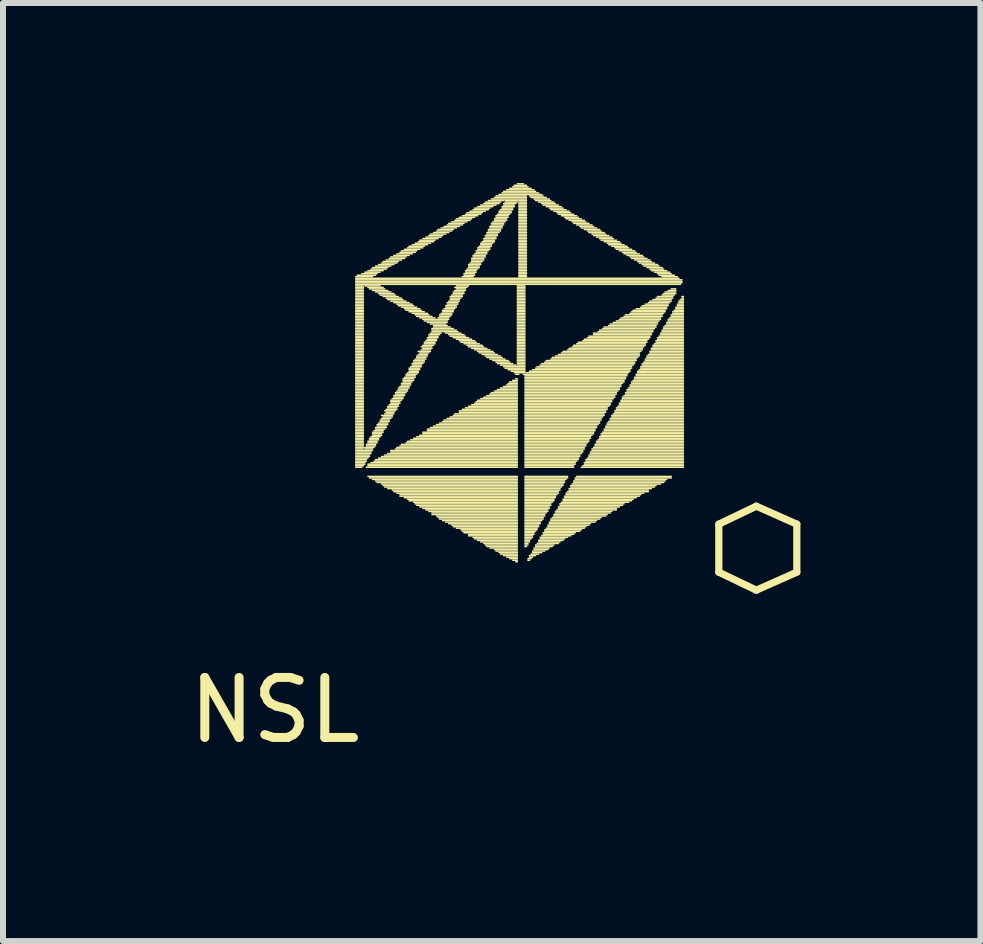
<source format=kicad_pcb>
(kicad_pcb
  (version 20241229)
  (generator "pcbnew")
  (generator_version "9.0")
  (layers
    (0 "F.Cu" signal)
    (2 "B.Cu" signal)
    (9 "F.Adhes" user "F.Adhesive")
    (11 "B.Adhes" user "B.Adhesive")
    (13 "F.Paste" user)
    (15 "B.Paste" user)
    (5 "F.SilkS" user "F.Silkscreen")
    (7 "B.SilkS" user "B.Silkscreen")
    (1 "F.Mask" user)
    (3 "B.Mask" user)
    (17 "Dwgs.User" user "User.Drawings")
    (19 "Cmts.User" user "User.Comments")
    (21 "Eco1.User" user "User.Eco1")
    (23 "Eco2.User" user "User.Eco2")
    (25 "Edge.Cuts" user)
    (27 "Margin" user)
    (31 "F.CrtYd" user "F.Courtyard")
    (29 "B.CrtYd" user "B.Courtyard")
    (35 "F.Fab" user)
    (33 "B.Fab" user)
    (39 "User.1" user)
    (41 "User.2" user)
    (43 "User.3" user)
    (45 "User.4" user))
  (footprint "NSL"
    (layer "F.Cu")
    (at 1.53 9.286)
    (property "Reference" "NSL" (at 0 -0.5 0) (unlocked yes) (layer "F.SilkS") (effects (font (size 1 1) (thickness 0.15))))
    (attr smd)
    (fp_line (start 1.349 -7.724) (end 1.629 -7.724) (stroke (width 0.025) (type solid)) (layer "F.SilkS"))
    (fp_line (start 1.349 -7.698) (end 6.734 -7.698) (stroke (width 0.025) (type solid)) (layer "F.SilkS"))
    (fp_line (start 1.349 -7.673) (end 6.785 -7.673) (stroke (width 0.025) (type solid)) (layer "F.SilkS"))
    (fp_line (start 1.349 -7.648) (end 6.785 -7.648) (stroke (width 0.025) (type solid)) (layer "F.SilkS"))
    (fp_line (start 1.349 -7.622) (end 6.785 -7.622) (stroke (width 0.025) (type solid)) (layer "F.SilkS"))
    (fp_line (start 1.349 -7.597) (end 6.759 -7.597) (stroke (width 0.025) (type solid)) (layer "F.SilkS"))
    (fp_line (start 1.349 -7.571) (end 1.476 -7.571) (stroke (width 0.025) (type solid)) (layer "F.SilkS"))
    (fp_line (start 1.349 -7.546) (end 1.476 -7.546) (stroke (width 0.025) (type solid)) (layer "F.SilkS"))
    (fp_line (start 1.349 -7.521) (end 1.476 -7.521) (stroke (width 0.025) (type solid)) (layer "F.SilkS"))
    (fp_line (start 1.349 -7.495) (end 1.476 -7.495) (stroke (width 0.025) (type solid)) (layer "F.SilkS"))
    (fp_line (start 1.349 -7.47) (end 1.476 -7.47) (stroke (width 0.025) (type solid)) (layer "F.SilkS"))
    (fp_line (start 1.349 -7.444) (end 1.476 -7.444) (stroke (width 0.025) (type solid)) (layer "F.SilkS"))
    (fp_line (start 1.349 -7.419) (end 1.476 -7.419) (stroke (width 0.025) (type solid)) (layer "F.SilkS"))
    (fp_line (start 1.349 -7.394) (end 1.476 -7.394) (stroke (width 0.025) (type solid)) (layer "F.SilkS"))
    (fp_line (start 1.349 -7.368) (end 1.476 -7.368) (stroke (width 0.025) (type solid)) (layer "F.SilkS"))
    (fp_line (start 1.349 -7.343) (end 1.476 -7.343) (stroke (width 0.025) (type solid)) (layer "F.SilkS"))
    (fp_line (start 1.349 -7.317) (end 1.476 -7.317) (stroke (width 0.025) (type solid)) (layer "F.SilkS"))
    (fp_line (start 1.349 -7.292) (end 1.476 -7.292) (stroke (width 0.025) (type solid)) (layer "F.SilkS"))
    (fp_line (start 1.349 -7.267) (end 1.476 -7.267) (stroke (width 0.025) (type solid)) (layer "F.SilkS"))
    (fp_line (start 1.349 -7.241) (end 1.476 -7.241) (stroke (width 0.025) (type solid)) (layer "F.SilkS"))
    (fp_line (start 1.349 -7.216) (end 1.476 -7.216) (stroke (width 0.025) (type solid)) (layer "F.SilkS"))
    (fp_line (start 1.349 -7.19) (end 1.476 -7.19) (stroke (width 0.025) (type solid)) (layer "F.SilkS"))
    (fp_line (start 1.349 -7.165) (end 1.476 -7.165) (stroke (width 0.025) (type solid)) (layer "F.SilkS"))
    (fp_line (start 1.349 -7.14) (end 1.476 -7.14) (stroke (width 0.025) (type solid)) (layer "F.SilkS"))
    (fp_line (start 1.349 -7.114) (end 1.476 -7.114) (stroke (width 0.025) (type solid)) (layer "F.SilkS"))
    (fp_line (start 1.349 -7.089) (end 1.476 -7.089) (stroke (width 0.025) (type solid)) (layer "F.SilkS"))
    (fp_line (start 1.349 -7.063) (end 1.476 -7.063) (stroke (width 0.025) (type solid)) (layer "F.SilkS"))
    (fp_line (start 1.349 -7.038) (end 1.476 -7.038) (stroke (width 0.025) (type solid)) (layer "F.SilkS"))
    (fp_line (start 1.349 -7.013) (end 1.476 -7.013) (stroke (width 0.025) (type solid)) (layer "F.SilkS"))
    (fp_line (start 1.349 -6.987) (end 1.476 -6.987) (stroke (width 0.025) (type solid)) (layer "F.SilkS"))
    (fp_line (start 1.349 -6.962) (end 1.476 -6.962) (stroke (width 0.025) (type solid)) (layer "F.SilkS"))
    (fp_line (start 1.349 -6.936) (end 1.476 -6.936) (stroke (width 0.025) (type solid)) (layer "F.SilkS"))
    (fp_line (start 1.349 -6.911) (end 1.476 -6.911) (stroke (width 0.025) (type solid)) (layer "F.SilkS"))
    (fp_line (start 1.349 -6.886) (end 1.476 -6.886) (stroke (width 0.025) (type solid)) (layer "F.SilkS"))
    (fp_line (start 1.349 -6.86) (end 1.476 -6.86) (stroke (width 0.025) (type solid)) (layer "F.SilkS"))
    (fp_line (start 1.349 -6.835) (end 1.476 -6.835) (stroke (width 0.025) (type solid)) (layer "F.SilkS"))
    (fp_line (start 1.349 -6.809) (end 1.476 -6.809) (stroke (width 0.025) (type solid)) (layer "F.SilkS"))
    (fp_line (start 1.349 -6.784) (end 1.476 -6.784) (stroke (width 0.025) (type solid)) (layer "F.SilkS"))
    (fp_line (start 1.349 -6.759) (end 1.476 -6.759) (stroke (width 0.025) (type solid)) (layer "F.SilkS"))
    (fp_line (start 1.349 -6.733) (end 1.476 -6.733) (stroke (width 0.025) (type solid)) (layer "F.SilkS"))
    (fp_line (start 1.349 -6.708) (end 1.476 -6.708) (stroke (width 0.025) (type solid)) (layer "F.SilkS"))
    (fp_line (start 1.349 -6.682) (end 1.476 -6.682) (stroke (width 0.025) (type solid)) (layer "F.SilkS"))
    (fp_line (start 1.349 -6.657) (end 1.476 -6.657) (stroke (width 0.025) (type solid)) (layer "F.SilkS"))
    (fp_line (start 1.349 -6.632) (end 1.476 -6.632) (stroke (width 0.025) (type solid)) (layer "F.SilkS"))
    (fp_line (start 1.349 -6.606) (end 1.476 -6.606) (stroke (width 0.025) (type solid)) (layer "F.SilkS"))
    (fp_line (start 1.349 -6.581) (end 1.476 -6.581) (stroke (width 0.025) (type solid)) (layer "F.SilkS"))
    (fp_line (start 1.349 -6.555) (end 1.476 -6.555) (stroke (width 0.025) (type solid)) (layer "F.SilkS"))
    (fp_line (start 1.349 -6.53) (end 1.476 -6.53) (stroke (width 0.025) (type solid)) (layer "F.SilkS"))
    (fp_line (start 1.349 -6.505) (end 1.476 -6.505) (stroke (width 0.025) (type solid)) (layer "F.SilkS"))
    (fp_line (start 1.349 -6.479) (end 1.476 -6.479) (stroke (width 0.025) (type solid)) (layer "F.SilkS"))
    (fp_line (start 1.349 -6.454) (end 1.476 -6.454) (stroke (width 0.025) (type solid)) (layer "F.SilkS"))
    (fp_line (start 1.349 -6.428) (end 1.476 -6.428) (stroke (width 0.025) (type solid)) (layer "F.SilkS"))
    (fp_line (start 1.349 -6.403) (end 1.476 -6.403) (stroke (width 0.025) (type solid)) (layer "F.SilkS"))
    (fp_line (start 1.349 -6.378) (end 1.476 -6.378) (stroke (width 0.025) (type solid)) (layer "F.SilkS"))
    (fp_line (start 1.349 -6.352) (end 1.476 -6.352) (stroke (width 0.025) (type solid)) (layer "F.SilkS"))
    (fp_line (start 1.349 -6.327) (end 1.476 -6.327) (stroke (width 0.025) (type solid)) (layer "F.SilkS"))
    (fp_line (start 1.349 -6.301) (end 1.476 -6.301) (stroke (width 0.025) (type solid)) (layer "F.SilkS"))
    (fp_line (start 1.349 -6.276) (end 1.476 -6.276) (stroke (width 0.025) (type solid)) (layer "F.SilkS"))
    (fp_line (start 1.349 -6.251) (end 1.476 -6.251) (stroke (width 0.025) (type solid)) (layer "F.SilkS"))
    (fp_line (start 1.349 -6.225) (end 1.476 -6.225) (stroke (width 0.025) (type solid)) (layer "F.SilkS"))
    (fp_line (start 1.349 -6.2) (end 1.476 -6.2) (stroke (width 0.025) (type solid)) (layer "F.SilkS"))
    (fp_line (start 1.349 -6.174) (end 1.476 -6.174) (stroke (width 0.025) (type solid)) (layer "F.SilkS"))
    (fp_line (start 1.349 -6.149) (end 1.476 -6.149) (stroke (width 0.025) (type solid)) (layer "F.SilkS"))
    (fp_line (start 1.349 -6.124) (end 1.476 -6.124) (stroke (width 0.025) (type solid)) (layer "F.SilkS"))
    (fp_line (start 1.349 -6.098) (end 1.476 -6.098) (stroke (width 0.025) (type solid)) (layer "F.SilkS"))
    (fp_line (start 1.349 -6.073) (end 1.476 -6.073) (stroke (width 0.025) (type solid)) (layer "F.SilkS"))
    (fp_line (start 1.349 -6.047) (end 1.476 -6.047) (stroke (width 0.025) (type solid)) (layer "F.SilkS"))
    (fp_line (start 1.349 -6.022) (end 1.476 -6.022) (stroke (width 0.025) (type solid)) (layer "F.SilkS"))
    (fp_line (start 1.349 -5.997) (end 1.476 -5.997) (stroke (width 0.025) (type solid)) (layer "F.SilkS"))
    (fp_line (start 1.349 -5.971) (end 1.476 -5.971) (stroke (width 0.025) (type solid)) (layer "F.SilkS"))
    (fp_line (start 1.349 -5.946) (end 1.476 -5.946) (stroke (width 0.025) (type solid)) (layer "F.SilkS"))
    (fp_line (start 1.349 -5.92) (end 1.476 -5.92) (stroke (width 0.025) (type solid)) (layer "F.SilkS"))
    (fp_line (start 1.349 -5.895) (end 1.476 -5.895) (stroke (width 0.025) (type solid)) (layer "F.SilkS"))
    (fp_line (start 1.349 -5.87) (end 1.476 -5.87) (stroke (width 0.025) (type solid)) (layer "F.SilkS"))
    (fp_line (start 1.349 -5.844) (end 1.476 -5.844) (stroke (width 0.025) (type solid)) (layer "F.SilkS"))
    (fp_line (start 1.349 -5.819) (end 1.476 -5.819) (stroke (width 0.025) (type solid)) (layer "F.SilkS"))
    (fp_line (start 1.349 -5.793) (end 1.476 -5.793) (stroke (width 0.025) (type solid)) (layer "F.SilkS"))
    (fp_line (start 1.349 -5.768) (end 1.476 -5.768) (stroke (width 0.025) (type solid)) (layer "F.SilkS"))
    (fp_line (start 1.349 -5.743) (end 1.476 -5.743) (stroke (width 0.025) (type solid)) (layer "F.SilkS"))
    (fp_line (start 1.349 -5.717) (end 1.476 -5.717) (stroke (width 0.025) (type solid)) (layer "F.SilkS"))
    (fp_line (start 1.349 -5.692) (end 1.476 -5.692) (stroke (width 0.025) (type solid)) (layer "F.SilkS"))
    (fp_line (start 1.349 -5.666) (end 1.476 -5.666) (stroke (width 0.025) (type solid)) (layer "F.SilkS"))
    (fp_line (start 1.349 -5.641) (end 1.476 -5.641) (stroke (width 0.025) (type solid)) (layer "F.SilkS"))
    (fp_line (start 1.349 -5.616) (end 1.476 -5.616) (stroke (width 0.025) (type solid)) (layer "F.SilkS"))
    (fp_line (start 1.349 -5.59) (end 1.476 -5.59) (stroke (width 0.025) (type solid)) (layer "F.SilkS"))
    (fp_line (start 1.349 -5.565) (end 1.476 -5.565) (stroke (width 0.025) (type solid)) (layer "F.SilkS"))
    (fp_line (start 1.349 -5.539) (end 1.476 -5.539) (stroke (width 0.025) (type solid)) (layer "F.SilkS"))
    (fp_line (start 1.349 -5.514) (end 1.476 -5.514) (stroke (width 0.025) (type solid)) (layer "F.SilkS"))
    (fp_line (start 1.349 -5.489) (end 1.476 -5.489) (stroke (width 0.025) (type solid)) (layer "F.SilkS"))
    (fp_line (start 1.349 -5.463) (end 1.476 -5.463) (stroke (width 0.025) (type solid)) (layer "F.SilkS"))
    (fp_line (start 1.349 -5.438) (end 1.476 -5.438) (stroke (width 0.025) (type solid)) (layer "F.SilkS"))
    (fp_line (start 1.349 -5.412) (end 1.476 -5.412) (stroke (width 0.025) (type solid)) (layer "F.SilkS"))
    (fp_line (start 1.349 -5.387) (end 1.476 -5.387) (stroke (width 0.025) (type solid)) (layer "F.SilkS"))
    (fp_line (start 1.349 -5.362) (end 1.476 -5.362) (stroke (width 0.025) (type solid)) (layer "F.SilkS"))
    (fp_line (start 1.349 -5.336) (end 1.476 -5.336) (stroke (width 0.025) (type solid)) (layer "F.SilkS"))
    (fp_line (start 1.349 -5.311) (end 1.476 -5.311) (stroke (width 0.025) (type solid)) (layer "F.SilkS"))
    (fp_line (start 1.349 -5.285) (end 1.476 -5.285) (stroke (width 0.025) (type solid)) (layer "F.SilkS"))
    (fp_line (start 1.349 -5.26) (end 1.476 -5.26) (stroke (width 0.025) (type solid)) (layer "F.SilkS"))
    (fp_line (start 1.349 -5.235) (end 1.476 -5.235) (stroke (width 0.025) (type solid)) (layer "F.SilkS"))
    (fp_line (start 1.349 -5.209) (end 1.476 -5.209) (stroke (width 0.025) (type solid)) (layer "F.SilkS"))
    (fp_line (start 1.349 -5.184) (end 1.476 -5.184) (stroke (width 0.025) (type solid)) (layer "F.SilkS"))
    (fp_line (start 1.349 -5.158) (end 1.476 -5.158) (stroke (width 0.025) (type solid)) (layer "F.SilkS"))
    (fp_line (start 1.349 -5.133) (end 1.476 -5.133) (stroke (width 0.025) (type solid)) (layer "F.SilkS"))
    (fp_line (start 1.349 -5.108) (end 1.476 -5.108) (stroke (width 0.025) (type solid)) (layer "F.SilkS"))
    (fp_line (start 1.349 -5.082) (end 1.476 -5.082) (stroke (width 0.025) (type solid)) (layer "F.SilkS"))
    (fp_line (start 1.349 -5.057) (end 1.476 -5.057) (stroke (width 0.025) (type solid)) (layer "F.SilkS"))
    (fp_line (start 1.349 -5.031) (end 1.476 -5.031) (stroke (width 0.025) (type solid)) (layer "F.SilkS"))
    (fp_line (start 1.349 -5.006) (end 1.476 -5.006) (stroke (width 0.025) (type solid)) (layer "F.SilkS"))
    (fp_line (start 1.349 -4.981) (end 1.476 -4.981) (stroke (width 0.025) (type solid)) (layer "F.SilkS"))
    (fp_line (start 1.349 -4.955) (end 1.476 -4.955) (stroke (width 0.025) (type solid)) (layer "F.SilkS"))
    (fp_line (start 1.349 -4.93) (end 1.476 -4.93) (stroke (width 0.025) (type solid)) (layer "F.SilkS"))
    (fp_line (start 1.349 -4.904) (end 1.476 -4.904) (stroke (width 0.025) (type solid)) (layer "F.SilkS"))
    (fp_line (start 1.349 -4.879) (end 1.476 -4.879) (stroke (width 0.025) (type solid)) (layer "F.SilkS"))
    (fp_line (start 1.349 -4.854) (end 1.476 -4.854) (stroke (width 0.025) (type solid)) (layer "F.SilkS"))
    (fp_line (start 1.349 -4.828) (end 1.629 -4.828) (stroke (width 0.025) (type solid)) (layer "F.SilkS"))
    (fp_line (start 1.349 -4.803) (end 1.603 -4.803) (stroke (width 0.025) (type solid)) (layer "F.SilkS"))
    (fp_line (start 1.349 -4.777) (end 1.603 -4.777) (stroke (width 0.025) (type solid)) (layer "F.SilkS"))
    (fp_line (start 1.349 -4.752) (end 1.578 -4.752) (stroke (width 0.025) (type solid)) (layer "F.SilkS"))
    (fp_line (start 1.349 -4.727) (end 1.578 -4.727) (stroke (width 0.025) (type solid)) (layer "F.SilkS"))
    (fp_line (start 1.349 -4.701) (end 1.552 -4.701) (stroke (width 0.025) (type solid)) (layer "F.SilkS"))
    (fp_line (start 1.349 -4.676) (end 1.527 -4.676) (stroke (width 0.025) (type solid)) (layer "F.SilkS"))
    (fp_line (start 1.349 -4.65) (end 1.527 -4.65) (stroke (width 0.025) (type solid)) (layer "F.SilkS"))
    (fp_line (start 1.349 -4.625) (end 1.502 -4.625) (stroke (width 0.025) (type solid)) (layer "F.SilkS"))
    (fp_line (start 1.349 -4.6) (end 1.502 -4.6) (stroke (width 0.025) (type solid)) (layer "F.SilkS"))
    (fp_line (start 1.349 -4.574) (end 1.476 -4.574) (stroke (width 0.025) (type solid)) (layer "F.SilkS"))
    (fp_line (start 1.349 -4.549) (end 1.451 -4.549) (stroke (width 0.025) (type solid)) (layer "F.SilkS"))
    (fp_line (start 1.375 -7.749) (end 1.679 -7.749) (stroke (width 0.025) (type solid)) (layer "F.SilkS"))
    (fp_line (start 1.451 -7.775) (end 1.705 -7.775) (stroke (width 0.025) (type solid)) (layer "F.SilkS"))
    (fp_line (start 1.502 -7.8) (end 1.756 -7.8) (stroke (width 0.025) (type solid)) (layer "F.SilkS"))
    (fp_line (start 1.502 -7.571) (end 1.756 -7.571) (stroke (width 0.025) (type solid)) (layer "F.SilkS"))
    (fp_line (start 1.502 -4.879) (end 1.654 -4.879) (stroke (width 0.025) (type solid)) (layer "F.SilkS"))
    (fp_line (start 1.502 -4.854) (end 1.629 -4.854) (stroke (width 0.025) (type solid)) (layer "F.SilkS"))
    (fp_line (start 1.527 -4.93) (end 1.679 -4.93) (stroke (width 0.025) (type solid)) (layer "F.SilkS"))
    (fp_line (start 1.527 -4.904) (end 1.679 -4.904) (stroke (width 0.025) (type solid)) (layer "F.SilkS"))
    (fp_line (start 1.527 -4.549) (end 4.042 -4.549) (stroke (width 0.025) (type solid)) (layer "F.SilkS"))
    (fp_line (start 1.552 -7.825) (end 1.806 -7.825) (stroke (width 0.025) (type solid)) (layer "F.SilkS"))
    (fp_line (start 1.552 -7.546) (end 1.806 -7.546) (stroke (width 0.025) (type solid)) (layer "F.SilkS"))
    (fp_line (start 1.552 -4.981) (end 1.705 -4.981) (stroke (width 0.025) (type solid)) (layer "F.SilkS"))
    (fp_line (start 1.552 -4.955) (end 1.705 -4.955) (stroke (width 0.025) (type solid)) (layer "F.SilkS"))
    (fp_line (start 1.552 -4.6) (end 4.042 -4.6) (stroke (width 0.025) (type solid)) (layer "F.SilkS"))
    (fp_line (start 1.552 -4.574) (end 4.042 -4.574) (stroke (width 0.025) (type solid)) (layer "F.SilkS"))
    (fp_line (start 1.552 -4.396) (end 4.042 -4.396) (stroke (width 0.025) (type solid)) (layer "F.SilkS"))
    (fp_line (start 1.578 -7.521) (end 1.832 -7.521) (stroke (width 0.025) (type solid)) (layer "F.SilkS"))
    (fp_line (start 1.578 -5.031) (end 1.73 -5.031) (stroke (width 0.025) (type solid)) (layer "F.SilkS"))
    (fp_line (start 1.578 -5.006) (end 1.73 -5.006) (stroke (width 0.025) (type solid)) (layer "F.SilkS"))
    (fp_line (start 1.578 -4.371) (end 4.042 -4.371) (stroke (width 0.025) (type solid)) (layer "F.SilkS"))
    (fp_line (start 1.603 -7.851) (end 1.857 -7.851) (stroke (width 0.025) (type solid)) (layer "F.SilkS"))
    (fp_line (start 1.603 -5.057) (end 1.756 -5.057) (stroke (width 0.025) (type solid)) (layer "F.SilkS"))
    (fp_line (start 1.603 -4.625) (end 4.042 -4.625) (stroke (width 0.025) (type solid)) (layer "F.SilkS"))
    (fp_line (start 1.629 -7.876) (end 1.883 -7.876) (stroke (width 0.025) (type solid)) (layer "F.SilkS"))
    (fp_line (start 1.629 -7.495) (end 1.883 -7.495) (stroke (width 0.025) (type solid)) (layer "F.SilkS"))
    (fp_line (start 1.629 -5.133) (end 1.806 -5.133) (stroke (width 0.025) (type solid)) (layer "F.SilkS"))
    (fp_line (start 1.629 -5.108) (end 1.781 -5.108) (stroke (width 0.025) (type solid)) (layer "F.SilkS"))
    (fp_line (start 1.629 -5.082) (end 1.781 -5.082) (stroke (width 0.025) (type solid)) (layer "F.SilkS"))
    (fp_line (start 1.629 -4.346) (end 4.042 -4.346) (stroke (width 0.025) (type solid)) (layer "F.SilkS"))
    (fp_line (start 1.654 -5.158) (end 1.806 -5.158) (stroke (width 0.025) (type solid)) (layer "F.SilkS"))
    (fp_line (start 1.654 -4.65) (end 4.042 -4.65) (stroke (width 0.025) (type solid)) (layer "F.SilkS"))
    (fp_line (start 1.679 -7.902) (end 1.933 -7.902) (stroke (width 0.025) (type solid)) (layer "F.SilkS"))
    (fp_line (start 1.679 -7.47) (end 1.933 -7.47) (stroke (width 0.025) (type solid)) (layer "F.SilkS"))
    (fp_line (start 1.679 -5.209) (end 1.857 -5.209) (stroke (width 0.025) (type solid)) (layer "F.SilkS"))
    (fp_line (start 1.679 -5.184) (end 1.832 -5.184) (stroke (width 0.025) (type solid)) (layer "F.SilkS"))
    (fp_line (start 1.679 -4.676) (end 4.042 -4.676) (stroke (width 0.025) (type solid)) (layer "F.SilkS"))
    (fp_line (start 1.679 -4.32) (end 4.042 -4.32) (stroke (width 0.025) (type solid)) (layer "F.SilkS"))
    (fp_line (start 1.705 -5.26) (end 1.883 -5.26) (stroke (width 0.025) (type solid)) (layer "F.SilkS"))
    (fp_line (start 1.705 -5.235) (end 1.857 -5.235) (stroke (width 0.025) (type solid)) (layer "F.SilkS"))
    (fp_line (start 1.705 -4.295) (end 4.042 -4.295) (stroke (width 0.025) (type solid)) (layer "F.SilkS"))
    (fp_line (start 1.73 -7.927) (end 1.984 -7.927) (stroke (width 0.025) (type solid)) (layer "F.SilkS"))
    (fp_line (start 1.73 -7.444) (end 1.984 -7.444) (stroke (width 0.025) (type solid)) (layer "F.SilkS"))
    (fp_line (start 1.73 -5.285) (end 1.883 -5.285) (stroke (width 0.025) (type solid)) (layer "F.SilkS"))
    (fp_line (start 1.73 -4.701) (end 4.042 -4.701) (stroke (width 0.025) (type solid)) (layer "F.SilkS"))
    (fp_line (start 1.756 -7.419) (end 2.01 -7.419) (stroke (width 0.025) (type solid)) (layer "F.SilkS"))
    (fp_line (start 1.756 -5.336) (end 1.908 -5.336) (stroke (width 0.025) (type solid)) (layer "F.SilkS"))
    (fp_line (start 1.756 -5.311) (end 1.908 -5.311) (stroke (width 0.025) (type solid)) (layer "F.SilkS"))
    (fp_line (start 1.781 -7.952) (end 2.035 -7.952) (stroke (width 0.025) (type solid)) (layer "F.SilkS"))
    (fp_line (start 1.781 -5.412) (end 1.959 -5.412) (stroke (width 0.025) (type solid)) (layer "F.SilkS"))
    (fp_line (start 1.781 -5.362) (end 1.933 -5.362) (stroke (width 0.025) (type solid)) (layer "F.SilkS"))
    (fp_line (start 1.781 -4.727) (end 4.042 -4.727) (stroke (width 0.025) (type solid)) (layer "F.SilkS"))
    (fp_line (start 1.781 -4.269) (end 4.042 -4.269) (stroke (width 0.025) (type solid)) (layer "F.SilkS"))
    (fp_line (start 1.806 -7.978) (end 2.06 -7.978) (stroke (width 0.025) (type solid)) (layer "F.SilkS"))
    (fp_line (start 1.806 -7.394) (end 2.06 -7.394) (stroke (width 0.025) (type solid)) (layer "F.SilkS"))
    (fp_line (start 1.806 -5.387) (end 1.959 -5.387) (stroke (width 0.025) (type solid)) (layer "F.SilkS"))
    (fp_line (start 1.806 -4.244) (end 4.042 -4.244) (stroke (width 0.025) (type solid)) (layer "F.SilkS"))
    (fp_line (start 1.832 -5.489) (end 2.01 -5.489) (stroke (width 0.025) (type solid)) (layer "F.SilkS"))
    (fp_line (start 1.832 -5.438) (end 1.984 -5.438) (stroke (width 0.025) (type solid)) (layer "F.SilkS"))
    (fp_line (start 1.832 -4.752) (end 4.042 -4.752) (stroke (width 0.025) (type solid)) (layer "F.SilkS"))
    (fp_line (start 1.832 -4.219) (end 4.042 -4.219) (stroke (width 0.025) (type solid)) (layer "F.SilkS"))
    (fp_line (start 1.857 -8.003) (end 2.111 -8.003) (stroke (width 0.025) (type solid)) (layer "F.SilkS"))
    (fp_line (start 1.857 -7.368) (end 2.111 -7.368) (stroke (width 0.025) (type solid)) (layer "F.SilkS"))
    (fp_line (start 1.857 -5.514) (end 2.035 -5.514) (stroke (width 0.025) (type solid)) (layer "F.SilkS"))
    (fp_line (start 1.857 -5.463) (end 1.984 -5.463) (stroke (width 0.025) (type solid)) (layer "F.SilkS"))
    (fp_line (start 1.883 -7.343) (end 2.137 -7.343) (stroke (width 0.025) (type solid)) (layer "F.SilkS"))
    (fp_line (start 1.883 -5.565) (end 2.06 -5.565) (stroke (width 0.025) (type solid)) (layer "F.SilkS"))
    (fp_line (start 1.883 -5.539) (end 2.035 -5.539) (stroke (width 0.025) (type solid)) (layer "F.SilkS"))
    (fp_line (start 1.883 -4.777) (end 4.042 -4.777) (stroke (width 0.025) (type solid)) (layer "F.SilkS"))
    (fp_line (start 1.883 -4.193) (end 4.042 -4.193) (stroke (width 0.025) (type solid)) (layer "F.SilkS"))
    (fp_line (start 1.908 -8.029) (end 2.162 -8.029) (stroke (width 0.025) (type solid)) (layer "F.SilkS"))
    (fp_line (start 1.908 -5.59) (end 2.06 -5.59) (stroke (width 0.025) (type solid)) (layer "F.SilkS"))
    (fp_line (start 1.933 -8.054) (end 2.187 -8.054) (stroke (width 0.025) (type solid)) (layer "F.SilkS"))
    (fp_line (start 1.933 -7.317) (end 2.187 -7.317) (stroke (width 0.025) (type solid)) (layer "F.SilkS"))
    (fp_line (start 1.933 -5.666) (end 2.111 -5.666) (stroke (width 0.025) (type solid)) (layer "F.SilkS"))
    (fp_line (start 1.933 -5.641) (end 2.086 -5.641) (stroke (width 0.025) (type solid)) (layer "F.SilkS"))
    (fp_line (start 1.933 -5.616) (end 2.086 -5.616) (stroke (width 0.025) (type solid)) (layer "F.SilkS"))
    (fp_line (start 1.933 -4.828) (end 4.042 -4.828) (stroke (width 0.025) (type solid)) (layer "F.SilkS"))
    (fp_line (start 1.933 -4.803) (end 4.042 -4.803) (stroke (width 0.025) (type solid)) (layer "F.SilkS"))
    (fp_line (start 1.959 -5.692) (end 2.137 -5.692) (stroke (width 0.025) (type solid)) (layer "F.SilkS"))
    (fp_line (start 1.959 -4.168) (end 4.042 -4.168) (stroke (width 0.025) (type solid)) (layer "F.SilkS"))
    (fp_line (start 1.984 -8.079) (end 2.238 -8.079) (stroke (width 0.025) (type solid)) (layer "F.SilkS"))
    (fp_line (start 1.984 -7.292) (end 2.238 -7.292) (stroke (width 0.025) (type solid)) (layer "F.SilkS"))
    (fp_line (start 1.984 -5.743) (end 2.162 -5.743) (stroke (width 0.025) (type solid)) (layer "F.SilkS"))
    (fp_line (start 1.984 -5.717) (end 2.137 -5.717) (stroke (width 0.025) (type solid)) (layer "F.SilkS"))
    (fp_line (start 1.984 -4.142) (end 4.042 -4.142) (stroke (width 0.025) (type solid)) (layer "F.SilkS"))
    (fp_line (start 2.01 -5.793) (end 2.187 -5.793) (stroke (width 0.025) (type solid)) (layer "F.SilkS"))
    (fp_line (start 2.01 -5.768) (end 2.162 -5.768) (stroke (width 0.025) (type solid)) (layer "F.SilkS"))
    (fp_line (start 2.01 -4.854) (end 4.042 -4.854) (stroke (width 0.025) (type solid)) (layer "F.SilkS"))
    (fp_line (start 2.035 -8.105) (end 2.289 -8.105) (stroke (width 0.025) (type solid)) (layer "F.SilkS"))
    (fp_line (start 2.035 -7.267) (end 2.289 -7.267) (stroke (width 0.025) (type solid)) (layer "F.SilkS"))
    (fp_line (start 2.035 -5.819) (end 2.213 -5.819) (stroke (width 0.025) (type solid)) (layer "F.SilkS"))
    (fp_line (start 2.035 -4.879) (end 4.042 -4.879) (stroke (width 0.025) (type solid)) (layer "F.SilkS"))
    (fp_line (start 2.035 -4.117) (end 4.042 -4.117) (stroke (width 0.025) (type solid)) (layer "F.SilkS"))
    (fp_line (start 2.06 -7.241) (end 2.314 -7.241) (stroke (width 0.025) (type solid)) (layer "F.SilkS"))
    (fp_line (start 2.06 -5.87) (end 2.238 -5.87) (stroke (width 0.025) (type solid)) (layer "F.SilkS"))
    (fp_line (start 2.06 -5.844) (end 2.213 -5.844) (stroke (width 0.025) (type solid)) (layer "F.SilkS"))
    (fp_line (start 2.086 -8.13) (end 2.34 -8.13) (stroke (width 0.025) (type solid)) (layer "F.SilkS"))
    (fp_line (start 2.086 -5.895) (end 2.238 -5.895) (stroke (width 0.025) (type solid)) (layer "F.SilkS"))
    (fp_line (start 2.086 -4.904) (end 4.042 -4.904) (stroke (width 0.025) (type solid)) (layer "F.SilkS"))
    (fp_line (start 2.086 -4.092) (end 4.042 -4.092) (stroke (width 0.025) (type solid)) (layer "F.SilkS"))
    (fp_line (start 2.086 -4.066) (end 4.042 -4.066) (stroke (width 0.025) (type solid)) (layer "F.SilkS"))
    (fp_line (start 2.111 -8.156) (end 2.365 -8.156) (stroke (width 0.025) (type solid)) (layer "F.SilkS"))
    (fp_line (start 2.111 -7.216) (end 2.365 -7.216) (stroke (width 0.025) (type solid)) (layer "F.SilkS"))
    (fp_line (start 2.111 -5.946) (end 2.264 -5.946) (stroke (width 0.025) (type solid)) (layer "F.SilkS"))
    (fp_line (start 2.111 -5.92) (end 2.264 -5.92) (stroke (width 0.025) (type solid)) (layer "F.SilkS"))
    (fp_line (start 2.111 -4.93) (end 4.042 -4.93) (stroke (width 0.025) (type solid)) (layer "F.SilkS"))
    (fp_line (start 2.137 -6.022) (end 2.314 -6.022) (stroke (width 0.025) (type solid)) (layer "F.SilkS"))
    (fp_line (start 2.137 -5.997) (end 2.314 -5.997) (stroke (width 0.025) (type solid)) (layer "F.SilkS"))
    (fp_line (start 2.137 -5.971) (end 2.289 -5.971) (stroke (width 0.025) (type solid)) (layer "F.SilkS"))
    (fp_line (start 2.162 -8.181) (end 2.416 -8.181) (stroke (width 0.025) (type solid)) (layer "F.SilkS"))
    (fp_line (start 2.162 -7.19) (end 2.416 -7.19) (stroke (width 0.025) (type solid)) (layer "F.SilkS"))
    (fp_line (start 2.162 -6.047) (end 2.34 -6.047) (stroke (width 0.025) (type solid)) (layer "F.SilkS"))
    (fp_line (start 2.162 -4.041) (end 4.042 -4.041) (stroke (width 0.025) (type solid)) (layer "F.SilkS"))
    (fp_line (start 2.187 -7.165) (end 2.441 -7.165) (stroke (width 0.025) (type solid)) (layer "F.SilkS"))
    (fp_line (start 2.187 -6.098) (end 2.365 -6.098) (stroke (width 0.025) (type solid)) (layer "F.SilkS"))
    (fp_line (start 2.187 -6.073) (end 2.34 -6.073) (stroke (width 0.025) (type solid)) (layer "F.SilkS"))
    (fp_line (start 2.187 -4.955) (end 4.042 -4.955) (stroke (width 0.025) (type solid)) (layer "F.SilkS"))
    (fp_line (start 2.213 -8.206) (end 2.467 -8.206) (stroke (width 0.025) (type solid)) (layer "F.SilkS"))
    (fp_line (start 2.213 -6.124) (end 2.391 -6.124) (stroke (width 0.025) (type solid)) (layer "F.SilkS"))
    (fp_line (start 2.213 -4.981) (end 4.042 -4.981) (stroke (width 0.025) (type solid)) (layer "F.SilkS"))
    (fp_line (start 2.213 -4.015) (end 4.042 -4.015) (stroke (width 0.025) (type solid)) (layer "F.SilkS"))
    (fp_line (start 2.238 -8.232) (end 2.492 -8.232) (stroke (width 0.025) (type solid)) (layer "F.SilkS"))
    (fp_line (start 2.238 -7.14) (end 2.492 -7.14) (stroke (width 0.025) (type solid)) (layer "F.SilkS"))
    (fp_line (start 2.238 -6.2) (end 2.416 -6.2) (stroke (width 0.025) (type solid)) (layer "F.SilkS"))
    (fp_line (start 2.238 -6.174) (end 2.416 -6.174) (stroke (width 0.025) (type solid)) (layer "F.SilkS"))
    (fp_line (start 2.238 -6.149) (end 2.391 -6.149) (stroke (width 0.025) (type solid)) (layer "F.SilkS"))
    (fp_line (start 2.238 -3.99) (end 4.042 -3.99) (stroke (width 0.025) (type solid)) (layer "F.SilkS"))
    (fp_line (start 2.264 -6.225) (end 2.441 -6.225) (stroke (width 0.025) (type solid)) (layer "F.SilkS"))
    (fp_line (start 2.264 -5.006) (end 4.042 -5.006) (stroke (width 0.025) (type solid)) (layer "F.SilkS"))
    (fp_line (start 2.289 -8.257) (end 2.543 -8.257) (stroke (width 0.025) (type solid)) (layer "F.SilkS"))
    (fp_line (start 2.289 -7.114) (end 2.543 -7.114) (stroke (width 0.025) (type solid)) (layer "F.SilkS"))
    (fp_line (start 2.289 -6.276) (end 2.467 -6.276) (stroke (width 0.025) (type solid)) (layer "F.SilkS"))
    (fp_line (start 2.289 -6.251) (end 2.441 -6.251) (stroke (width 0.025) (type solid)) (layer "F.SilkS"))
    (fp_line (start 2.314 -6.327) (end 2.492 -6.327) (stroke (width 0.025) (type solid)) (layer "F.SilkS"))
    (fp_line (start 2.314 -6.301) (end 2.492 -6.301) (stroke (width 0.025) (type solid)) (layer "F.SilkS"))
    (fp_line (start 2.314 -5.031) (end 4.042 -5.031) (stroke (width 0.025) (type solid)) (layer "F.SilkS"))
    (fp_line (start 2.314 -3.965) (end 4.042 -3.965) (stroke (width 0.025) (type solid)) (layer "F.SilkS"))
    (fp_line (start 2.34 -8.283) (end 2.594 -8.283) (stroke (width 0.025) (type solid)) (layer "F.SilkS"))
    (fp_line (start 2.34 -7.089) (end 2.568 -7.089) (stroke (width 0.025) (type solid)) (layer "F.SilkS"))
    (fp_line (start 2.34 -6.352) (end 2.518 -6.352) (stroke (width 0.025) (type solid)) (layer "F.SilkS"))
    (fp_line (start 2.34 -3.939) (end 4.042 -3.939) (stroke (width 0.025) (type solid)) (layer "F.SilkS"))
    (fp_line (start 2.365 -7.063) (end 2.619 -7.063) (stroke (width 0.025) (type solid)) (layer "F.SilkS"))
    (fp_line (start 2.365 -6.403) (end 2.543 -6.403) (stroke (width 0.025) (type solid)) (layer "F.SilkS"))
    (fp_line (start 2.365 -6.378) (end 2.518 -6.378) (stroke (width 0.025) (type solid)) (layer "F.SilkS"))
    (fp_line (start 2.365 -5.057) (end 4.042 -5.057) (stroke (width 0.025) (type solid)) (layer "F.SilkS"))
    (fp_line (start 2.365 -3.914) (end 4.042 -3.914) (stroke (width 0.025) (type solid)) (layer "F.SilkS"))
    (fp_line (start 2.391 -8.308) (end 2.645 -8.308) (stroke (width 0.025) (type solid)) (layer "F.SilkS"))
    (fp_line (start 2.391 -6.479) (end 2.594 -6.479) (stroke (width 0.025) (type solid)) (layer "F.SilkS"))
    (fp_line (start 2.391 -6.428) (end 2.543 -6.428) (stroke (width 0.025) (type solid)) (layer "F.SilkS"))
    (fp_line (start 2.416 -8.333) (end 2.67 -8.333) (stroke (width 0.025) (type solid)) (layer "F.SilkS"))
    (fp_line (start 2.416 -7.038) (end 2.67 -7.038) (stroke (width 0.025) (type solid)) (layer "F.SilkS"))
    (fp_line (start 2.416 -6.454) (end 2.568 -6.454) (stroke (width 0.025) (type solid)) (layer "F.SilkS"))
    (fp_line (start 2.416 -5.082) (end 4.042 -5.082) (stroke (width 0.025) (type solid)) (layer "F.SilkS"))
    (fp_line (start 2.416 -3.888) (end 4.042 -3.888) (stroke (width 0.025) (type solid)) (layer "F.SilkS"))
    (fp_line (start 2.441 -6.555) (end 2.619 -6.555) (stroke (width 0.025) (type solid)) (layer "F.SilkS"))
    (fp_line (start 2.441 -6.505) (end 2.594 -6.505) (stroke (width 0.025) (type solid)) (layer "F.SilkS"))
    (fp_line (start 2.467 -8.359) (end 2.721 -8.359) (stroke (width 0.025) (type solid)) (layer "F.SilkS"))
    (fp_line (start 2.467 -7.013) (end 2.899 -7.013) (stroke (width 0.025) (type solid)) (layer "F.SilkS"))
    (fp_line (start 2.467 -6.581) (end 2.645 -6.581) (stroke (width 0.025) (type solid)) (layer "F.SilkS"))
    (fp_line (start 2.467 -6.53) (end 2.619 -6.53) (stroke (width 0.025) (type solid)) (layer "F.SilkS"))
    (fp_line (start 2.467 -5.133) (end 4.042 -5.133) (stroke (width 0.025) (type solid)) (layer "F.SilkS"))
    (fp_line (start 2.467 -5.108) (end 4.042 -5.108) (stroke (width 0.025) (type solid)) (layer "F.SilkS"))
    (fp_line (start 2.467 -3.863) (end 4.042 -3.863) (stroke (width 0.025) (type solid)) (layer "F.SilkS"))
    (fp_line (start 2.492 -6.987) (end 2.873 -6.987) (stroke (width 0.025) (type solid)) (layer "F.SilkS"))
    (fp_line (start 2.492 -6.632) (end 2.67 -6.632) (stroke (width 0.025) (type solid)) (layer "F.SilkS"))
    (fp_line (start 2.492 -6.606) (end 2.67 -6.606) (stroke (width 0.025) (type solid)) (layer "F.SilkS"))
    (fp_line (start 2.518 -8.384) (end 2.772 -8.384) (stroke (width 0.025) (type solid)) (layer "F.SilkS"))
    (fp_line (start 2.518 -6.657) (end 2.695 -6.657) (stroke (width 0.025) (type solid)) (layer "F.SilkS"))
    (fp_line (start 2.518 -3.838) (end 4.042 -3.838) (stroke (width 0.025) (type solid)) (layer "F.SilkS"))
    (fp_line (start 2.543 -6.962) (end 2.873 -6.962) (stroke (width 0.025) (type solid)) (layer "F.SilkS"))
    (fp_line (start 2.543 -6.708) (end 2.721 -6.708) (stroke (width 0.025) (type solid)) (layer "F.SilkS"))
    (fp_line (start 2.543 -6.682) (end 2.695 -6.682) (stroke (width 0.025) (type solid)) (layer "F.SilkS"))
    (fp_line (start 2.543 -5.184) (end 4.042 -5.184) (stroke (width 0.025) (type solid)) (layer "F.SilkS"))
    (fp_line (start 2.543 -5.158) (end 4.042 -5.158) (stroke (width 0.025) (type solid)) (layer "F.SilkS"))
    (fp_line (start 2.568 -8.41) (end 2.797 -8.41) (stroke (width 0.025) (type solid)) (layer "F.SilkS"))
    (fp_line (start 2.568 -6.759) (end 2.746 -6.759) (stroke (width 0.025) (type solid)) (layer "F.SilkS"))
    (fp_line (start 2.568 -6.733) (end 2.721 -6.733) (stroke (width 0.025) (type solid)) (layer "F.SilkS"))
    (fp_line (start 2.568 -3.812) (end 4.042 -3.812) (stroke (width 0.025) (type solid)) (layer "F.SilkS"))
    (fp_line (start 2.594 -8.435) (end 2.848 -8.435) (stroke (width 0.025) (type solid)) (layer "F.SilkS"))
    (fp_line (start 2.594 -6.936) (end 2.848 -6.936) (stroke (width 0.025) (type solid)) (layer "F.SilkS"))
    (fp_line (start 2.594 -6.784) (end 2.772 -6.784) (stroke (width 0.025) (type solid)) (layer "F.SilkS"))
    (fp_line (start 2.594 -5.209) (end 4.042 -5.209) (stroke (width 0.025) (type solid)) (layer "F.SilkS"))
    (fp_line (start 2.619 -6.86) (end 2.975 -6.86) (stroke (width 0.025) (type solid)) (layer "F.SilkS"))
    (fp_line (start 2.619 -6.835) (end 3.026 -6.835) (stroke (width 0.025) (type solid)) (layer "F.SilkS"))
    (fp_line (start 2.619 -6.809) (end 2.772 -6.809) (stroke (width 0.025) (type solid)) (layer "F.SilkS"))
    (fp_line (start 2.619 -3.787) (end 4.042 -3.787) (stroke (width 0.025) (type solid)) (layer "F.SilkS"))
    (fp_line (start 2.619 -3.761) (end 4.042 -3.761) (stroke (width 0.025) (type solid)) (layer "F.SilkS"))
    (fp_line (start 2.645 -8.46) (end 2.899 -8.46) (stroke (width 0.025) (type solid)) (layer "F.SilkS"))
    (fp_line (start 2.645 -6.911) (end 2.873 -6.911) (stroke (width 0.025) (type solid)) (layer "F.SilkS"))
    (fp_line (start 2.645 -6.886) (end 2.924 -6.886) (stroke (width 0.025) (type solid)) (layer "F.SilkS"))
    (fp_line (start 2.645 -5.235) (end 4.042 -5.235) (stroke (width 0.025) (type solid)) (layer "F.SilkS"))
    (fp_line (start 2.695 -8.486) (end 2.949 -8.486) (stroke (width 0.025) (type solid)) (layer "F.SilkS"))
    (fp_line (start 2.695 -5.26) (end 4.042 -5.26) (stroke (width 0.025) (type solid)) (layer "F.SilkS"))
    (fp_line (start 2.695 -3.736) (end 4.042 -3.736) (stroke (width 0.025) (type solid)) (layer "F.SilkS"))
    (fp_line (start 2.721 -8.511) (end 2.975 -8.511) (stroke (width 0.025) (type solid)) (layer "F.SilkS"))
    (fp_line (start 2.721 -7.038) (end 2.899 -7.038) (stroke (width 0.025) (type solid)) (layer "F.SilkS"))
    (fp_line (start 2.721 -3.711) (end 4.042 -3.711) (stroke (width 0.025) (type solid)) (layer "F.SilkS"))
    (fp_line (start 2.746 -7.089) (end 2.949 -7.089) (stroke (width 0.025) (type solid)) (layer "F.SilkS"))
    (fp_line (start 2.746 -7.063) (end 2.924 -7.063) (stroke (width 0.025) (type solid)) (layer "F.SilkS"))
    (fp_line (start 2.746 -5.285) (end 4.042 -5.285) (stroke (width 0.025) (type solid)) (layer "F.SilkS"))
    (fp_line (start 2.746 -3.685) (end 4.042 -3.685) (stroke (width 0.025) (type solid)) (layer "F.SilkS"))
    (fp_line (start 2.772 -8.537) (end 3.026 -8.537) (stroke (width 0.025) (type solid)) (layer "F.SilkS"))
    (fp_line (start 2.772 -7.114) (end 2.949 -7.114) (stroke (width 0.025) (type solid)) (layer "F.SilkS"))
    (fp_line (start 2.797 -7.165) (end 2.975 -7.165) (stroke (width 0.025) (type solid)) (layer "F.SilkS"))
    (fp_line (start 2.797 -7.14) (end 2.975 -7.14) (stroke (width 0.025) (type solid)) (layer "F.SilkS"))
    (fp_line (start 2.797 -6.809) (end 3.051 -6.809) (stroke (width 0.025) (type solid)) (layer "F.SilkS"))
    (fp_line (start 2.797 -5.311) (end 4.042 -5.311) (stroke (width 0.025) (type solid)) (layer "F.SilkS"))
    (fp_line (start 2.797 -3.66) (end 4.042 -3.66) (stroke (width 0.025) (type solid)) (layer "F.SilkS"))
    (fp_line (start 2.822 -8.562) (end 3.076 -8.562) (stroke (width 0.025) (type solid)) (layer "F.SilkS"))
    (fp_line (start 2.822 -7.19) (end 3 -7.19) (stroke (width 0.025) (type solid)) (layer "F.SilkS"))
    (fp_line (start 2.822 -5.336) (end 4.042 -5.336) (stroke (width 0.025) (type solid)) (layer "F.SilkS"))
    (fp_line (start 2.848 -7.241) (end 3.026 -7.241) (stroke (width 0.025) (type solid)) (layer "F.SilkS"))
    (fp_line (start 2.848 -7.216) (end 3.026 -7.216) (stroke (width 0.025) (type solid)) (layer "F.SilkS"))
    (fp_line (start 2.848 -6.784) (end 3.102 -6.784) (stroke (width 0.025) (type solid)) (layer "F.SilkS"))
    (fp_line (start 2.848 -3.634) (end 4.042 -3.634) (stroke (width 0.025) (type solid)) (layer "F.SilkS"))
    (fp_line (start 2.873 -8.587) (end 3.127 -8.587) (stroke (width 0.025) (type solid)) (layer "F.SilkS"))
    (fp_line (start 2.873 -7.292) (end 3.051 -7.292) (stroke (width 0.025) (type solid)) (layer "F.SilkS"))
    (fp_line (start 2.873 -7.267) (end 3.051 -7.267) (stroke (width 0.025) (type solid)) (layer "F.SilkS"))
    (fp_line (start 2.873 -5.362) (end 4.042 -5.362) (stroke (width 0.025) (type solid)) (layer "F.SilkS"))
    (fp_line (start 2.899 -8.613) (end 3.153 -8.613) (stroke (width 0.025) (type solid)) (layer "F.SilkS"))
    (fp_line (start 2.899 -7.317) (end 3.076 -7.317) (stroke (width 0.025) (type solid)) (layer "F.SilkS"))
    (fp_line (start 2.899 -6.759) (end 3.153 -6.759) (stroke (width 0.025) (type solid)) (layer "F.SilkS"))
    (fp_line (start 2.899 -3.609) (end 4.042 -3.609) (stroke (width 0.025) (type solid)) (layer "F.SilkS"))
    (fp_line (start 2.924 -7.394) (end 3.127 -7.394) (stroke (width 0.025) (type solid)) (layer "F.SilkS"))
    (fp_line (start 2.924 -7.368) (end 3.102 -7.368) (stroke (width 0.025) (type solid)) (layer "F.SilkS"))
    (fp_line (start 2.924 -7.343) (end 3.076 -7.343) (stroke (width 0.025) (type solid)) (layer "F.SilkS"))
    (fp_line (start 2.924 -6.733) (end 3.178 -6.733) (stroke (width 0.025) (type solid)) (layer "F.SilkS"))
    (fp_line (start 2.924 -5.387) (end 4.042 -5.387) (stroke (width 0.025) (type solid)) (layer "F.SilkS"))
    (fp_line (start 2.949 -8.638) (end 3.203 -8.638) (stroke (width 0.025) (type solid)) (layer "F.SilkS"))
    (fp_line (start 2.949 -7.419) (end 3.127 -7.419) (stroke (width 0.025) (type solid)) (layer "F.SilkS"))
    (fp_line (start 2.949 -3.584) (end 4.042 -3.584) (stroke (width 0.025) (type solid)) (layer "F.SilkS"))
    (fp_line (start 2.975 -7.47) (end 3.153 -7.47) (stroke (width 0.025) (type solid)) (layer "F.SilkS"))
    (fp_line (start 2.975 -7.444) (end 3.153 -7.444) (stroke (width 0.025) (type solid)) (layer "F.SilkS"))
    (fp_line (start 2.975 -6.708) (end 3.229 -6.708) (stroke (width 0.025) (type solid)) (layer "F.SilkS"))
    (fp_line (start 2.975 -5.412) (end 4.042 -5.412) (stroke (width 0.025) (type solid)) (layer "F.SilkS"))
    (fp_line (start 2.975 -3.558) (end 4.042 -3.558) (stroke (width 0.025) (type solid)) (layer "F.SilkS"))
    (fp_line (start 3 -8.664) (end 3.254 -8.664) (stroke (width 0.025) (type solid)) (layer "F.SilkS"))
    (fp_line (start 3 -7.546) (end 3.203 -7.546) (stroke (width 0.025) (type solid)) (layer "F.SilkS"))
    (fp_line (start 3 -7.495) (end 3.178 -7.495) (stroke (width 0.025) (type solid)) (layer "F.SilkS"))
    (fp_line (start 3 -5.438) (end 4.042 -5.438) (stroke (width 0.025) (type solid)) (layer "F.SilkS"))
    (fp_line (start 3.026 -8.689) (end 3.28 -8.689) (stroke (width 0.025) (type solid)) (layer "F.SilkS"))
    (fp_line (start 3.026 -7.571) (end 3.229 -7.571) (stroke (width 0.025) (type solid)) (layer "F.SilkS"))
    (fp_line (start 3.026 -7.521) (end 3.178 -7.521) (stroke (width 0.025) (type solid)) (layer "F.SilkS"))
    (fp_line (start 3.026 -6.682) (end 3.28 -6.682) (stroke (width 0.025) (type solid)) (layer "F.SilkS"))
    (fp_line (start 3.026 -3.533) (end 4.042 -3.533) (stroke (width 0.025) (type solid)) (layer "F.SilkS"))
    (fp_line (start 3.076 -8.714) (end 3.33 -8.714) (stroke (width 0.025) (type solid)) (layer "F.SilkS"))
    (fp_line (start 3.076 -6.657) (end 3.33 -6.657) (stroke (width 0.025) (type solid)) (layer "F.SilkS"))
    (fp_line (start 3.076 -5.489) (end 4.042 -5.489) (stroke (width 0.025) (type solid)) (layer "F.SilkS"))
    (fp_line (start 3.076 -5.463) (end 4.042 -5.463) (stroke (width 0.025) (type solid)) (layer "F.SilkS"))
    (fp_line (start 3.102 -6.632) (end 3.356 -6.632) (stroke (width 0.025) (type solid)) (layer "F.SilkS"))
    (fp_line (start 3.102 -3.507) (end 4.042 -3.507) (stroke (width 0.025) (type solid)) (layer "F.SilkS"))
    (fp_line (start 3.127 -8.74) (end 3.381 -8.74) (stroke (width 0.025) (type solid)) (layer "F.SilkS"))
    (fp_line (start 3.127 -7.724) (end 3.305 -7.724) (stroke (width 0.025) (type solid)) (layer "F.SilkS"))
    (fp_line (start 3.127 -5.514) (end 4.042 -5.514) (stroke (width 0.025) (type solid)) (layer "F.SilkS"))
    (fp_line (start 3.127 -3.482) (end 4.042 -3.482) (stroke (width 0.025) (type solid)) (layer "F.SilkS"))
    (fp_line (start 3.153 -7.775) (end 3.33 -7.775) (stroke (width 0.025) (type solid)) (layer "F.SilkS"))
    (fp_line (start 3.153 -7.749) (end 3.33 -7.749) (stroke (width 0.025) (type solid)) (layer "F.SilkS"))
    (fp_line (start 3.153 -6.606) (end 3.407 -6.606) (stroke (width 0.025) (type solid)) (layer "F.SilkS"))
    (fp_line (start 3.153 -3.457) (end 4.042 -3.457) (stroke (width 0.025) (type solid)) (layer "F.SilkS"))
    (fp_line (start 3.178 -8.765) (end 3.432 -8.765) (stroke (width 0.025) (type solid)) (layer "F.SilkS"))
    (fp_line (start 3.178 -7.825) (end 3.356 -7.825) (stroke (width 0.025) (type solid)) (layer "F.SilkS"))
    (fp_line (start 3.178 -7.8) (end 3.356 -7.8) (stroke (width 0.025) (type solid)) (layer "F.SilkS"))
    (fp_line (start 3.178 -5.539) (end 4.042 -5.539) (stroke (width 0.025) (type solid)) (layer "F.SilkS"))
    (fp_line (start 3.203 -8.791) (end 3.457 -8.791) (stroke (width 0.025) (type solid)) (layer "F.SilkS"))
    (fp_line (start 3.203 -7.851) (end 3.381 -7.851) (stroke (width 0.025) (type solid)) (layer "F.SilkS"))
    (fp_line (start 3.203 -6.581) (end 3.457 -6.581) (stroke (width 0.025) (type solid)) (layer "F.SilkS"))
    (fp_line (start 3.229 -7.927) (end 3.432 -7.927) (stroke (width 0.025) (type solid)) (layer "F.SilkS"))
    (fp_line (start 3.229 -7.902) (end 3.407 -7.902) (stroke (width 0.025) (type solid)) (layer "F.SilkS"))
    (fp_line (start 3.229 -7.876) (end 3.407 -7.876) (stroke (width 0.025) (type solid)) (layer "F.SilkS"))
    (fp_line (start 3.229 -6.555) (end 3.483 -6.555) (stroke (width 0.025) (type solid)) (layer "F.SilkS"))
    (fp_line (start 3.229 -5.565) (end 4.042 -5.565) (stroke (width 0.025) (type solid)) (layer "F.SilkS"))
    (fp_line (start 3.229 -3.431) (end 4.042 -3.431) (stroke (width 0.025) (type solid)) (layer "F.SilkS"))
    (fp_line (start 3.229 -3.406) (end 4.042 -3.406) (stroke (width 0.025) (type solid)) (layer "F.SilkS"))
    (fp_line (start 3.254 -8.816) (end 3.508 -8.816) (stroke (width 0.025) (type solid)) (layer "F.SilkS"))
    (fp_line (start 3.254 -7.952) (end 3.432 -7.952) (stroke (width 0.025) (type solid)) (layer "F.SilkS"))
    (fp_line (start 3.28 -8.029) (end 3.483 -8.029) (stroke (width 0.025) (type solid)) (layer "F.SilkS"))
    (fp_line (start 3.28 -8.003) (end 3.483 -8.003) (stroke (width 0.025) (type solid)) (layer "F.SilkS"))
    (fp_line (start 3.28 -7.978) (end 3.457 -7.978) (stroke (width 0.025) (type solid)) (layer "F.SilkS"))
    (fp_line (start 3.28 -6.53) (end 3.534 -6.53) (stroke (width 0.025) (type solid)) (layer "F.SilkS"))
    (fp_line (start 3.28 -5.59) (end 4.042 -5.59) (stroke (width 0.025) (type solid)) (layer "F.SilkS"))
    (fp_line (start 3.305 -8.841) (end 3.559 -8.841) (stroke (width 0.025) (type solid)) (layer "F.SilkS"))
    (fp_line (start 3.305 -8.079) (end 3.508 -8.079) (stroke (width 0.025) (type solid)) (layer "F.SilkS"))
    (fp_line (start 3.305 -8.054) (end 3.508 -8.054) (stroke (width 0.025) (type solid)) (layer "F.SilkS"))
    (fp_line (start 3.305 -3.38) (end 4.042 -3.38) (stroke (width 0.025) (type solid)) (layer "F.SilkS"))
    (fp_line (start 3.33 -8.867) (end 3.584 -8.867) (stroke (width 0.025) (type solid)) (layer "F.SilkS"))
    (fp_line (start 3.33 -8.105) (end 3.534 -8.105) (stroke (width 0.025) (type solid)) (layer "F.SilkS"))
    (fp_line (start 3.33 -6.505) (end 3.584 -6.505) (stroke (width 0.025) (type solid)) (layer "F.SilkS"))
    (fp_line (start 3.33 -5.616) (end 4.042 -5.616) (stroke (width 0.025) (type solid)) (layer "F.SilkS"))
    (fp_line (start 3.33 -3.355) (end 4.042 -3.355) (stroke (width 0.025) (type solid)) (layer "F.SilkS"))
    (fp_line (start 3.356 -8.156) (end 3.559 -8.156) (stroke (width 0.025) (type solid)) (layer "F.SilkS"))
    (fp_line (start 3.356 -8.13) (end 3.534 -8.13) (stroke (width 0.025) (type solid)) (layer "F.SilkS"))
    (fp_line (start 3.356 -5.641) (end 4.042 -5.641) (stroke (width 0.025) (type solid)) (layer "F.SilkS"))
    (fp_line (start 3.381 -8.892) (end 3.635 -8.892) (stroke (width 0.025) (type solid)) (layer "F.SilkS"))
    (fp_line (start 3.381 -8.206) (end 3.584 -8.206) (stroke (width 0.025) (type solid)) (layer "F.SilkS"))
    (fp_line (start 3.381 -8.181) (end 3.584 -8.181) (stroke (width 0.025) (type solid)) (layer "F.SilkS"))
    (fp_line (start 3.381 -6.479) (end 3.635 -6.479) (stroke (width 0.025) (type solid)) (layer "F.SilkS"))
    (fp_line (start 3.381 -5.666) (end 4.042 -5.666) (stroke (width 0.025) (type solid)) (layer "F.SilkS"))
    (fp_line (start 3.381 -3.33) (end 4.042 -3.33) (stroke (width 0.025) (type solid)) (layer "F.SilkS"))
    (fp_line (start 3.407 -8.232) (end 3.61 -8.232) (stroke (width 0.025) (type solid)) (layer "F.SilkS"))
    (fp_line (start 3.407 -6.454) (end 3.661 -6.454) (stroke (width 0.025) (type solid)) (layer "F.SilkS"))
    (fp_line (start 3.432 -8.918) (end 3.686 -8.918) (stroke (width 0.025) (type solid)) (layer "F.SilkS"))
    (fp_line (start 3.432 -8.283) (end 3.635 -8.283) (stroke (width 0.025) (type solid)) (layer "F.SilkS"))
    (fp_line (start 3.432 -8.257) (end 3.61 -8.257) (stroke (width 0.025) (type solid)) (layer "F.SilkS"))
    (fp_line (start 3.432 -5.692) (end 4.042 -5.692) (stroke (width 0.025) (type solid)) (layer "F.SilkS"))
    (fp_line (start 3.432 -3.304) (end 4.042 -3.304) (stroke (width 0.025) (type solid)) (layer "F.SilkS"))
    (fp_line (start 3.457 -8.308) (end 3.661 -8.308) (stroke (width 0.025) (type solid)) (layer "F.SilkS"))
    (fp_line (start 3.457 -6.428) (end 3.711 -6.428) (stroke (width 0.025) (type solid)) (layer "F.SilkS"))
    (fp_line (start 3.483 -8.943) (end 3.737 -8.943) (stroke (width 0.025) (type solid)) (layer "F.SilkS"))
    (fp_line (start 3.483 -8.359) (end 3.686 -8.359) (stroke (width 0.025) (type solid)) (layer "F.SilkS"))
    (fp_line (start 3.483 -8.333) (end 3.661 -8.333) (stroke (width 0.025) (type solid)) (layer "F.SilkS"))
    (fp_line (start 3.483 -5.717) (end 4.042 -5.717) (stroke (width 0.025) (type solid)) (layer "F.SilkS"))
    (fp_line (start 3.483 -3.279) (end 4.042 -3.279) (stroke (width 0.025) (type solid)) (layer "F.SilkS"))
    (fp_line (start 3.508 -8.968) (end 3.762 -8.968) (stroke (width 0.025) (type solid)) (layer "F.SilkS"))
    (fp_line (start 3.508 -8.41) (end 3.711 -8.41) (stroke (width 0.025) (type solid)) (layer "F.SilkS"))
    (fp_line (start 3.508 -8.384) (end 3.686 -8.384) (stroke (width 0.025) (type solid)) (layer "F.SilkS"))
    (fp_line (start 3.508 -6.403) (end 3.762 -6.403) (stroke (width 0.025) (type solid)) (layer "F.SilkS"))
    (fp_line (start 3.508 -3.253) (end 4.042 -3.253) (stroke (width 0.025) (type solid)) (layer "F.SilkS"))
    (fp_line (start 3.534 -8.46) (end 3.737 -8.46) (stroke (width 0.025) (type solid)) (layer "F.SilkS"))
    (fp_line (start 3.534 -8.435) (end 3.711 -8.435) (stroke (width 0.025) (type solid)) (layer "F.SilkS"))
    (fp_line (start 3.534 -6.378) (end 3.788 -6.378) (stroke (width 0.025) (type solid)) (layer "F.SilkS"))
    (fp_line (start 3.534 -5.743) (end 4.042 -5.743) (stroke (width 0.025) (type solid)) (layer "F.SilkS"))
    (fp_line (start 3.534 -3.228) (end 4.042 -3.228) (stroke (width 0.025) (type solid)) (layer "F.SilkS"))
    (fp_line (start 3.559 -8.994) (end 3.813 -8.994) (stroke (width 0.025) (type solid)) (layer "F.SilkS"))
    (fp_line (start 3.559 -8.511) (end 3.762 -8.511) (stroke (width 0.025) (type solid)) (layer "F.SilkS"))
    (fp_line (start 3.559 -8.486) (end 3.762 -8.486) (stroke (width 0.025) (type solid)) (layer "F.SilkS"))
    (fp_line (start 3.584 -8.562) (end 3.788 -8.562) (stroke (width 0.025) (type solid)) (layer "F.SilkS"))
    (fp_line (start 3.584 -8.537) (end 3.788 -8.537) (stroke (width 0.025) (type solid)) (layer "F.SilkS"))
    (fp_line (start 3.584 -6.352) (end 3.838 -6.352) (stroke (width 0.025) (type solid)) (layer "F.SilkS"))
    (fp_line (start 3.584 -5.768) (end 4.042 -5.768) (stroke (width 0.025) (type solid)) (layer "F.SilkS"))
    (fp_line (start 3.584 -3.203) (end 4.042 -3.203) (stroke (width 0.025) (type solid)) (layer "F.SilkS"))
    (fp_line (start 3.61 -9.019) (end 4.194 -9.019) (stroke (width 0.025) (type solid)) (layer "F.SilkS"))
    (fp_line (start 3.61 -8.613) (end 3.813 -8.613) (stroke (width 0.025) (type solid)) (layer "F.SilkS"))
    (fp_line (start 3.61 -8.587) (end 3.813 -8.587) (stroke (width 0.025) (type solid)) (layer "F.SilkS"))
    (fp_line (start 3.61 -5.793) (end 4.042 -5.793) (stroke (width 0.025) (type solid)) (layer "F.SilkS"))
    (fp_line (start 3.635 -8.638) (end 3.838 -8.638) (stroke (width 0.025) (type solid)) (layer "F.SilkS"))
    (fp_line (start 3.635 -6.327) (end 3.889 -6.327) (stroke (width 0.025) (type solid)) (layer "F.SilkS"))
    (fp_line (start 3.661 -9.045) (end 4.194 -9.045) (stroke (width 0.025) (type solid)) (layer "F.SilkS"))
    (fp_line (start 3.661 -8.689) (end 3.864 -8.689) (stroke (width 0.025) (type solid)) (layer "F.SilkS"))
    (fp_line (start 3.661 -8.664) (end 3.864 -8.664) (stroke (width 0.025) (type solid)) (layer "F.SilkS"))
    (fp_line (start 3.661 -5.819) (end 4.042 -5.819) (stroke (width 0.025) (type solid)) (layer "F.SilkS"))
    (fp_line (start 3.661 -3.177) (end 4.042 -3.177) (stroke (width 0.025) (type solid)) (layer "F.SilkS"))
    (fp_line (start 3.686 -9.07) (end 4.194 -9.07) (stroke (width 0.025) (type solid)) (layer "F.SilkS"))
    (fp_line (start 3.686 -8.74) (end 3.889 -8.74) (stroke (width 0.025) (type solid)) (layer "F.SilkS"))
    (fp_line (start 3.686 -8.714) (end 3.889 -8.714) (stroke (width 0.025) (type solid)) (layer "F.SilkS"))
    (fp_line (start 3.686 -6.301) (end 3.915 -6.301) (stroke (width 0.025) (type solid)) (layer "F.SilkS"))
    (fp_line (start 3.686 -3.152) (end 4.042 -3.152) (stroke (width 0.025) (type solid)) (layer "F.SilkS"))
    (fp_line (start 3.711 -8.765) (end 3.915 -8.765) (stroke (width 0.025) (type solid)) (layer "F.SilkS"))
    (fp_line (start 3.711 -6.276) (end 3.965 -6.276) (stroke (width 0.025) (type solid)) (layer "F.SilkS"))
    (fp_line (start 3.711 -5.844) (end 4.042 -5.844) (stroke (width 0.025) (type solid)) (layer "F.SilkS"))
    (fp_line (start 3.737 -9.095) (end 4.448 -9.095) (stroke (width 0.025) (type solid)) (layer "F.SilkS"))
    (fp_line (start 3.737 -8.816) (end 3.94 -8.816) (stroke (width 0.025) (type solid)) (layer "F.SilkS"))
    (fp_line (start 3.737 -8.791) (end 3.94 -8.791) (stroke (width 0.025) (type solid)) (layer "F.SilkS"))
    (fp_line (start 3.737 -3.126) (end 4.042 -3.126) (stroke (width 0.025) (type solid)) (layer "F.SilkS"))
    (fp_line (start 3.762 -8.841) (end 3.965 -8.841) (stroke (width 0.025) (type solid)) (layer "F.SilkS"))
    (fp_line (start 3.762 -6.251) (end 4.016 -6.251) (stroke (width 0.025) (type solid)) (layer "F.SilkS"))
    (fp_line (start 3.762 -5.87) (end 4.042 -5.87) (stroke (width 0.025) (type solid)) (layer "F.SilkS"))
    (fp_line (start 3.762 -3.101) (end 4.042 -3.101) (stroke (width 0.025) (type solid)) (layer "F.SilkS"))
    (fp_line (start 3.788 -9.121) (end 4.397 -9.121) (stroke (width 0.025) (type solid)) (layer "F.SilkS"))
    (fp_line (start 3.788 -8.892) (end 3.991 -8.892) (stroke (width 0.025) (type solid)) (layer "F.SilkS"))
    (fp_line (start 3.788 -8.867) (end 3.965 -8.867) (stroke (width 0.025) (type solid)) (layer "F.SilkS"))
    (fp_line (start 3.813 -9.146) (end 4.346 -9.146) (stroke (width 0.025) (type solid)) (layer "F.SilkS"))
    (fp_line (start 3.813 -8.943) (end 4.016 -8.943) (stroke (width 0.025) (type solid)) (layer "F.SilkS"))
    (fp_line (start 3.813 -8.918) (end 3.991 -8.918) (stroke (width 0.025) (type solid)) (layer "F.SilkS"))
    (fp_line (start 3.813 -6.225) (end 4.169 -6.225) (stroke (width 0.025) (type solid)) (layer "F.SilkS"))
    (fp_line (start 3.813 -5.895) (end 4.042 -5.895) (stroke (width 0.025) (type solid)) (layer "F.SilkS"))
    (fp_line (start 3.813 -3.076) (end 4.042 -3.076) (stroke (width 0.025) (type solid)) (layer "F.SilkS"))
    (fp_line (start 3.838 -8.994) (end 4.042 -8.994) (stroke (width 0.025) (type solid)) (layer "F.SilkS"))
    (fp_line (start 3.838 -8.968) (end 4.042 -8.968) (stroke (width 0.025) (type solid)) (layer "F.SilkS"))
    (fp_line (start 3.838 -6.2) (end 4.169 -6.2) (stroke (width 0.025) (type solid)) (layer "F.SilkS"))
    (fp_line (start 3.864 -9.172) (end 4.321 -9.172) (stroke (width 0.025) (type solid)) (layer "F.SilkS"))
    (fp_line (start 3.864 -5.92) (end 4.042 -5.92) (stroke (width 0.025) (type solid)) (layer "F.SilkS"))
    (fp_line (start 3.864 -3.05) (end 4.042 -3.05) (stroke (width 0.025) (type solid)) (layer "F.SilkS"))
    (fp_line (start 3.889 -6.174) (end 4.169 -6.174) (stroke (width 0.025) (type solid)) (layer "F.SilkS"))
    (fp_line (start 3.889 -5.946) (end 4.042 -5.946) (stroke (width 0.025) (type solid)) (layer "F.SilkS"))
    (fp_line (start 3.915 -9.197) (end 4.27 -9.197) (stroke (width 0.025) (type solid)) (layer "F.SilkS"))
    (fp_line (start 3.915 -5.971) (end 4.042 -5.971) (stroke (width 0.025) (type solid)) (layer "F.SilkS"))
    (fp_line (start 3.915 -3.025) (end 4.042 -3.025) (stroke (width 0.025) (type solid)) (layer "F.SilkS"))
    (fp_line (start 3.94 -6.149) (end 4.169 -6.149) (stroke (width 0.025) (type solid)) (layer "F.SilkS"))
    (fp_line (start 3.965 -9.222) (end 4.219 -9.222) (stroke (width 0.025) (type solid)) (layer "F.SilkS"))
    (fp_line (start 3.965 -5.997) (end 4.042 -5.997) (stroke (width 0.025) (type solid)) (layer "F.SilkS"))
    (fp_line (start 3.965 -2.999) (end 4.042 -2.999) (stroke (width 0.025) (type solid)) (layer "F.SilkS"))
    (fp_line (start 3.991 -9.248) (end 4.194 -9.248) (stroke (width 0.025) (type solid)) (layer "F.SilkS"))
    (fp_line (start 3.991 -6.124) (end 4.169 -6.124) (stroke (width 0.025) (type solid)) (layer "F.SilkS"))
    (fp_line (start 4.016 -6.098) (end 4.067 -6.098) (stroke (width 0.025) (type solid)) (layer "F.SilkS"))
    (fp_line (start 4.016 -6.022) (end 4.042 -6.022) (stroke (width 0.025) (type solid)) (layer "F.SilkS"))
    (fp_line (start 4.016 -2.974) (end 4.042 -2.974) (stroke (width 0.025) (type solid)) (layer "F.SilkS"))
    (fp_line (start 4.042 -9.273) (end 4.143 -9.273) (stroke (width 0.025) (type solid)) (layer "F.SilkS"))
    (fp_line (start 4.042 -7.571) (end 4.169 -7.571) (stroke (width 0.025) (type solid)) (layer "F.SilkS"))
    (fp_line (start 4.042 -7.546) (end 4.169 -7.546) (stroke (width 0.025) (type solid)) (layer "F.SilkS"))
    (fp_line (start 4.042 -7.521) (end 4.169 -7.521) (stroke (width 0.025) (type solid)) (layer "F.SilkS"))
    (fp_line (start 4.042 -7.495) (end 4.169 -7.495) (stroke (width 0.025) (type solid)) (layer "F.SilkS"))
    (fp_line (start 4.042 -7.47) (end 4.169 -7.47) (stroke (width 0.025) (type solid)) (layer "F.SilkS"))
    (fp_line (start 4.042 -7.444) (end 4.169 -7.444) (stroke (width 0.025) (type solid)) (layer "F.SilkS"))
    (fp_line (start 4.042 -7.419) (end 4.169 -7.419) (stroke (width 0.025) (type solid)) (layer "F.SilkS"))
    (fp_line (start 4.042 -7.394) (end 4.169 -7.394) (stroke (width 0.025) (type solid)) (layer "F.SilkS"))
    (fp_line (start 4.042 -7.368) (end 4.169 -7.368) (stroke (width 0.025) (type solid)) (layer "F.SilkS"))
    (fp_line (start 4.042 -7.343) (end 4.169 -7.343) (stroke (width 0.025) (type solid)) (layer "F.SilkS"))
    (fp_line (start 4.042 -7.317) (end 4.169 -7.317) (stroke (width 0.025) (type solid)) (layer "F.SilkS"))
    (fp_line (start 4.042 -7.292) (end 4.169 -7.292) (stroke (width 0.025) (type solid)) (layer "F.SilkS"))
    (fp_line (start 4.042 -7.267) (end 4.169 -7.267) (stroke (width 0.025) (type solid)) (layer "F.SilkS"))
    (fp_line (start 4.042 -7.241) (end 4.169 -7.241) (stroke (width 0.025) (type solid)) (layer "F.SilkS"))
    (fp_line (start 4.042 -7.216) (end 4.169 -7.216) (stroke (width 0.025) (type solid)) (layer "F.SilkS"))
    (fp_line (start 4.042 -7.19) (end 4.169 -7.19) (stroke (width 0.025) (type solid)) (layer "F.SilkS"))
    (fp_line (start 4.042 -7.165) (end 4.169 -7.165) (stroke (width 0.025) (type solid)) (layer "F.SilkS"))
    (fp_line (start 4.042 -7.14) (end 4.169 -7.14) (stroke (width 0.025) (type solid)) (layer "F.SilkS"))
    (fp_line (start 4.042 -7.114) (end 4.169 -7.114) (stroke (width 0.025) (type solid)) (layer "F.SilkS"))
    (fp_line (start 4.042 -7.089) (end 4.169 -7.089) (stroke (width 0.025) (type solid)) (layer "F.SilkS"))
    (fp_line (start 4.042 -7.063) (end 4.169 -7.063) (stroke (width 0.025) (type solid)) (layer "F.SilkS"))
    (fp_line (start 4.042 -7.038) (end 4.169 -7.038) (stroke (width 0.025) (type solid)) (layer "F.SilkS"))
    (fp_line (start 4.042 -7.013) (end 4.169 -7.013) (stroke (width 0.025) (type solid)) (layer "F.SilkS"))
    (fp_line (start 4.042 -6.987) (end 4.169 -6.987) (stroke (width 0.025) (type solid)) (layer "F.SilkS"))
    (fp_line (start 4.042 -6.962) (end 4.169 -6.962) (stroke (width 0.025) (type solid)) (layer "F.SilkS"))
    (fp_line (start 4.042 -6.936) (end 4.169 -6.936) (stroke (width 0.025) (type solid)) (layer "F.SilkS"))
    (fp_line (start 4.042 -6.911) (end 4.169 -6.911) (stroke (width 0.025) (type solid)) (layer "F.SilkS"))
    (fp_line (start 4.042 -6.886) (end 4.169 -6.886) (stroke (width 0.025) (type solid)) (layer "F.SilkS"))
    (fp_line (start 4.042 -6.86) (end 4.169 -6.86) (stroke (width 0.025) (type solid)) (layer "F.SilkS"))
    (fp_line (start 4.042 -6.835) (end 4.169 -6.835) (stroke (width 0.025) (type solid)) (layer "F.SilkS"))
    (fp_line (start 4.042 -6.809) (end 4.169 -6.809) (stroke (width 0.025) (type solid)) (layer "F.SilkS"))
    (fp_line (start 4.042 -6.784) (end 4.169 -6.784) (stroke (width 0.025) (type solid)) (layer "F.SilkS"))
    (fp_line (start 4.042 -6.759) (end 4.169 -6.759) (stroke (width 0.025) (type solid)) (layer "F.SilkS"))
    (fp_line (start 4.042 -6.733) (end 4.169 -6.733) (stroke (width 0.025) (type solid)) (layer "F.SilkS"))
    (fp_line (start 4.042 -6.708) (end 4.169 -6.708) (stroke (width 0.025) (type solid)) (layer "F.SilkS"))
    (fp_line (start 4.042 -6.682) (end 4.169 -6.682) (stroke (width 0.025) (type solid)) (layer "F.SilkS"))
    (fp_line (start 4.042 -6.657) (end 4.169 -6.657) (stroke (width 0.025) (type solid)) (layer "F.SilkS"))
    (fp_line (start 4.042 -6.632) (end 4.169 -6.632) (stroke (width 0.025) (type solid)) (layer "F.SilkS"))
    (fp_line (start 4.042 -6.606) (end 4.169 -6.606) (stroke (width 0.025) (type solid)) (layer "F.SilkS"))
    (fp_line (start 4.042 -6.581) (end 4.169 -6.581) (stroke (width 0.025) (type solid)) (layer "F.SilkS"))
    (fp_line (start 4.042 -6.555) (end 4.169 -6.555) (stroke (width 0.025) (type solid)) (layer "F.SilkS"))
    (fp_line (start 4.042 -6.53) (end 4.169 -6.53) (stroke (width 0.025) (type solid)) (layer "F.SilkS"))
    (fp_line (start 4.042 -6.505) (end 4.169 -6.505) (stroke (width 0.025) (type solid)) (layer "F.SilkS"))
    (fp_line (start 4.042 -6.479) (end 4.169 -6.479) (stroke (width 0.025) (type solid)) (layer "F.SilkS"))
    (fp_line (start 4.042 -6.454) (end 4.169 -6.454) (stroke (width 0.025) (type solid)) (layer "F.SilkS"))
    (fp_line (start 4.042 -6.428) (end 4.169 -6.428) (stroke (width 0.025) (type solid)) (layer "F.SilkS"))
    (fp_line (start 4.042 -6.403) (end 4.169 -6.403) (stroke (width 0.025) (type solid)) (layer "F.SilkS"))
    (fp_line (start 4.042 -6.378) (end 4.169 -6.378) (stroke (width 0.025) (type solid)) (layer "F.SilkS"))
    (fp_line (start 4.042 -6.352) (end 4.169 -6.352) (stroke (width 0.025) (type solid)) (layer "F.SilkS"))
    (fp_line (start 4.042 -6.327) (end 4.169 -6.327) (stroke (width 0.025) (type solid)) (layer "F.SilkS"))
    (fp_line (start 4.042 -6.301) (end 4.169 -6.301) (stroke (width 0.025) (type solid)) (layer "F.SilkS"))
    (fp_line (start 4.042 -6.276) (end 4.169 -6.276) (stroke (width 0.025) (type solid)) (layer "F.SilkS"))
    (fp_line (start 4.042 -6.251) (end 4.169 -6.251) (stroke (width 0.025) (type solid)) (layer "F.SilkS"))
    (fp_line (start 4.067 -8.994) (end 4.194 -8.994) (stroke (width 0.025) (type solid)) (layer "F.SilkS"))
    (fp_line (start 4.067 -8.968) (end 4.194 -8.968) (stroke (width 0.025) (type solid)) (layer "F.SilkS"))
    (fp_line (start 4.067 -8.943) (end 4.194 -8.943) (stroke (width 0.025) (type solid)) (layer "F.SilkS"))
    (fp_line (start 4.067 -8.918) (end 4.194 -8.918) (stroke (width 0.025) (type solid)) (layer "F.SilkS"))
    (fp_line (start 4.067 -8.892) (end 4.194 -8.892) (stroke (width 0.025) (type solid)) (layer "F.SilkS"))
    (fp_line (start 4.067 -8.867) (end 4.194 -8.867) (stroke (width 0.025) (type solid)) (layer "F.SilkS"))
    (fp_line (start 4.067 -8.841) (end 4.194 -8.841) (stroke (width 0.025) (type solid)) (layer "F.SilkS"))
    (fp_line (start 4.067 -8.816) (end 4.194 -8.816) (stroke (width 0.025) (type solid)) (layer "F.SilkS"))
    (fp_line (start 4.067 -8.791) (end 4.194 -8.791) (stroke (width 0.025) (type solid)) (layer "F.SilkS"))
    (fp_line (start 4.067 -8.765) (end 4.194 -8.765) (stroke (width 0.025) (type solid)) (layer "F.SilkS"))
    (fp_line (start 4.067 -8.74) (end 4.194 -8.74) (stroke (width 0.025) (type solid)) (layer "F.SilkS"))
    (fp_line (start 4.067 -8.714) (end 4.194 -8.714) (stroke (width 0.025) (type solid)) (layer "F.SilkS"))
    (fp_line (start 4.067 -8.689) (end 4.194 -8.689) (stroke (width 0.025) (type solid)) (layer "F.SilkS"))
    (fp_line (start 4.067 -8.664) (end 4.194 -8.664) (stroke (width 0.025) (type solid)) (layer "F.SilkS"))
    (fp_line (start 4.067 -8.638) (end 4.194 -8.638) (stroke (width 0.025) (type solid)) (layer "F.SilkS"))
    (fp_line (start 4.067 -8.613) (end 4.194 -8.613) (stroke (width 0.025) (type solid)) (layer "F.SilkS"))
    (fp_line (start 4.067 -8.587) (end 4.194 -8.587) (stroke (width 0.025) (type solid)) (layer "F.SilkS"))
    (fp_line (start 4.067 -8.562) (end 4.194 -8.562) (stroke (width 0.025) (type solid)) (layer "F.SilkS"))
    (fp_line (start 4.067 -8.537) (end 4.194 -8.537) (stroke (width 0.025) (type solid)) (layer "F.SilkS"))
    (fp_line (start 4.067 -8.511) (end 4.194 -8.511) (stroke (width 0.025) (type solid)) (layer "F.SilkS"))
    (fp_line (start 4.067 -8.486) (end 4.194 -8.486) (stroke (width 0.025) (type solid)) (layer "F.SilkS"))
    (fp_line (start 4.067 -8.46) (end 4.194 -8.46) (stroke (width 0.025) (type solid)) (layer "F.SilkS"))
    (fp_line (start 4.067 -8.435) (end 4.194 -8.435) (stroke (width 0.025) (type solid)) (layer "F.SilkS"))
    (fp_line (start 4.067 -8.41) (end 4.194 -8.41) (stroke (width 0.025) (type solid)) (layer "F.SilkS"))
    (fp_line (start 4.067 -8.384) (end 4.194 -8.384) (stroke (width 0.025) (type solid)) (layer "F.SilkS"))
    (fp_line (start 4.067 -8.359) (end 4.194 -8.359) (stroke (width 0.025) (type solid)) (layer "F.SilkS"))
    (fp_line (start 4.067 -8.333) (end 4.194 -8.333) (stroke (width 0.025) (type solid)) (layer "F.SilkS"))
    (fp_line (start 4.067 -8.308) (end 4.194 -8.308) (stroke (width 0.025) (type solid)) (layer "F.SilkS"))
    (fp_line (start 4.067 -8.283) (end 4.194 -8.283) (stroke (width 0.025) (type solid)) (layer "F.SilkS"))
    (fp_line (start 4.067 -8.257) (end 4.194 -8.257) (stroke (width 0.025) (type solid)) (layer "F.SilkS"))
    (fp_line (start 4.067 -8.232) (end 4.194 -8.232) (stroke (width 0.025) (type solid)) (layer "F.SilkS"))
    (fp_line (start 4.067 -8.206) (end 4.194 -8.206) (stroke (width 0.025) (type solid)) (layer "F.SilkS"))
    (fp_line (start 4.067 -8.181) (end 4.194 -8.181) (stroke (width 0.025) (type solid)) (layer "F.SilkS"))
    (fp_line (start 4.067 -8.156) (end 4.194 -8.156) (stroke (width 0.025) (type solid)) (layer "F.SilkS"))
    (fp_line (start 4.067 -8.13) (end 4.194 -8.13) (stroke (width 0.025) (type solid)) (layer "F.SilkS"))
    (fp_line (start 4.067 -8.105) (end 4.194 -8.105) (stroke (width 0.025) (type solid)) (layer "F.SilkS"))
    (fp_line (start 4.067 -8.079) (end 4.194 -8.079) (stroke (width 0.025) (type solid)) (layer "F.SilkS"))
    (fp_line (start 4.067 -8.054) (end 4.194 -8.054) (stroke (width 0.025) (type solid)) (layer "F.SilkS"))
    (fp_line (start 4.067 -8.029) (end 4.194 -8.029) (stroke (width 0.025) (type solid)) (layer "F.SilkS"))
    (fp_line (start 4.067 -8.003) (end 4.194 -8.003) (stroke (width 0.025) (type solid)) (layer "F.SilkS"))
    (fp_line (start 4.067 -7.978) (end 4.194 -7.978) (stroke (width 0.025) (type solid)) (layer "F.SilkS"))
    (fp_line (start 4.067 -7.952) (end 4.194 -7.952) (stroke (width 0.025) (type solid)) (layer "F.SilkS"))
    (fp_line (start 4.067 -7.927) (end 4.194 -7.927) (stroke (width 0.025) (type solid)) (layer "F.SilkS"))
    (fp_line (start 4.067 -7.902) (end 4.194 -7.902) (stroke (width 0.025) (type solid)) (layer "F.SilkS"))
    (fp_line (start 4.067 -7.876) (end 4.194 -7.876) (stroke (width 0.025) (type solid)) (layer "F.SilkS"))
    (fp_line (start 4.067 -7.851) (end 4.194 -7.851) (stroke (width 0.025) (type solid)) (layer "F.SilkS"))
    (fp_line (start 4.067 -7.825) (end 4.194 -7.825) (stroke (width 0.025) (type solid)) (layer "F.SilkS"))
    (fp_line (start 4.067 -7.8) (end 4.194 -7.8) (stroke (width 0.025) (type solid)) (layer "F.SilkS"))
    (fp_line (start 4.067 -7.775) (end 4.194 -7.775) (stroke (width 0.025) (type solid)) (layer "F.SilkS"))
    (fp_line (start 4.067 -7.749) (end 4.194 -7.749) (stroke (width 0.025) (type solid)) (layer "F.SilkS"))
    (fp_line (start 4.067 -7.724) (end 4.194 -7.724) (stroke (width 0.025) (type solid)) (layer "F.SilkS"))
    (fp_line (start 4.143 -6.098) (end 5.87 -6.098) (stroke (width 0.025) (type solid)) (layer "F.SilkS"))
    (fp_line (start 4.169 -6.073) (end 5.87 -6.073) (stroke (width 0.025) (type solid)) (layer "F.SilkS"))
    (fp_line (start 4.169 -6.047) (end 5.845 -6.047) (stroke (width 0.025) (type solid)) (layer "F.SilkS"))
    (fp_line (start 4.169 -6.022) (end 5.845 -6.022) (stroke (width 0.025) (type solid)) (layer "F.SilkS"))
    (fp_line (start 4.169 -5.997) (end 5.82 -5.997) (stroke (width 0.025) (type solid)) (layer "F.SilkS"))
    (fp_line (start 4.169 -5.971) (end 5.82 -5.971) (stroke (width 0.025) (type solid)) (layer "F.SilkS"))
    (fp_line (start 4.169 -5.946) (end 5.794 -5.946) (stroke (width 0.025) (type solid)) (layer "F.SilkS"))
    (fp_line (start 4.169 -5.92) (end 5.769 -5.92) (stroke (width 0.025) (type solid)) (layer "F.SilkS"))
    (fp_line (start 4.169 -5.895) (end 5.769 -5.895) (stroke (width 0.025) (type solid)) (layer "F.SilkS"))
    (fp_line (start 4.169 -5.87) (end 5.743 -5.87) (stroke (width 0.025) (type solid)) (layer "F.SilkS"))
    (fp_line (start 4.169 -5.844) (end 5.743 -5.844) (stroke (width 0.025) (type solid)) (layer "F.SilkS"))
    (fp_line (start 4.169 -5.819) (end 5.718 -5.819) (stroke (width 0.025) (type solid)) (layer "F.SilkS"))
    (fp_line (start 4.169 -5.793) (end 5.693 -5.793) (stroke (width 0.025) (type solid)) (layer "F.SilkS"))
    (fp_line (start 4.169 -5.768) (end 5.693 -5.768) (stroke (width 0.025) (type solid)) (layer "F.SilkS"))
    (fp_line (start 4.169 -5.743) (end 5.667 -5.743) (stroke (width 0.025) (type solid)) (layer "F.SilkS"))
    (fp_line (start 4.169 -5.717) (end 5.667 -5.717) (stroke (width 0.025) (type solid)) (layer "F.SilkS"))
    (fp_line (start 4.169 -5.692) (end 5.642 -5.692) (stroke (width 0.025) (type solid)) (layer "F.SilkS"))
    (fp_line (start 4.169 -5.666) (end 5.616 -5.666) (stroke (width 0.025) (type solid)) (layer "F.SilkS"))
    (fp_line (start 4.169 -5.641) (end 5.616 -5.641) (stroke (width 0.025) (type solid)) (layer "F.SilkS"))
    (fp_line (start 4.169 -5.616) (end 5.591 -5.616) (stroke (width 0.025) (type solid)) (layer "F.SilkS"))
    (fp_line (start 4.169 -5.59) (end 5.591 -5.59) (stroke (width 0.025) (type solid)) (layer "F.SilkS"))
    (fp_line (start 4.169 -5.565) (end 5.566 -5.565) (stroke (width 0.025) (type solid)) (layer "F.SilkS"))
    (fp_line (start 4.169 -5.539) (end 5.54 -5.539) (stroke (width 0.025) (type solid)) (layer "F.SilkS"))
    (fp_line (start 4.169 -5.514) (end 5.54 -5.514) (stroke (width 0.025) (type solid)) (layer "F.SilkS"))
    (fp_line (start 4.169 -5.489) (end 5.515 -5.489) (stroke (width 0.025) (type solid)) (layer "F.SilkS"))
    (fp_line (start 4.169 -5.463) (end 5.515 -5.463) (stroke (width 0.025) (type solid)) (layer "F.SilkS"))
    (fp_line (start 4.169 -5.438) (end 5.489 -5.438) (stroke (width 0.025) (type solid)) (layer "F.SilkS"))
    (fp_line (start 4.169 -5.412) (end 5.489 -5.412) (stroke (width 0.025) (type solid)) (layer "F.SilkS"))
    (fp_line (start 4.169 -5.387) (end 5.464 -5.387) (stroke (width 0.025) (type solid)) (layer "F.SilkS"))
    (fp_line (start 4.169 -5.362) (end 5.439 -5.362) (stroke (width 0.025) (type solid)) (layer "F.SilkS"))
    (fp_line (start 4.169 -5.336) (end 5.439 -5.336) (stroke (width 0.025) (type solid)) (layer "F.SilkS"))
    (fp_line (start 4.169 -5.311) (end 5.413 -5.311) (stroke (width 0.025) (type solid)) (layer "F.SilkS"))
    (fp_line (start 4.169 -5.285) (end 5.413 -5.285) (stroke (width 0.025) (type solid)) (layer "F.SilkS"))
    (fp_line (start 4.169 -5.26) (end 5.388 -5.26) (stroke (width 0.025) (type solid)) (layer "F.SilkS"))
    (fp_line (start 4.169 -5.235) (end 5.362 -5.235) (stroke (width 0.025) (type solid)) (layer "F.SilkS"))
    (fp_line (start 4.169 -5.209) (end 5.362 -5.209) (stroke (width 0.025) (type solid)) (layer "F.SilkS"))
    (fp_line (start 4.169 -5.184) (end 5.337 -5.184) (stroke (width 0.025) (type solid)) (layer "F.SilkS"))
    (fp_line (start 4.169 -5.158) (end 5.337 -5.158) (stroke (width 0.025) (type solid)) (layer "F.SilkS"))
    (fp_line (start 4.169 -5.133) (end 5.312 -5.133) (stroke (width 0.025) (type solid)) (layer "F.SilkS"))
    (fp_line (start 4.169 -5.108) (end 5.312 -5.108) (stroke (width 0.025) (type solid)) (layer "F.SilkS"))
    (fp_line (start 4.169 -5.082) (end 5.286 -5.082) (stroke (width 0.025) (type solid)) (layer "F.SilkS"))
    (fp_line (start 4.169 -5.057) (end 5.261 -5.057) (stroke (width 0.025) (type solid)) (layer "F.SilkS"))
    (fp_line (start 4.169 -5.031) (end 5.261 -5.031) (stroke (width 0.025) (type solid)) (layer "F.SilkS"))
    (fp_line (start 4.169 -5.006) (end 5.235 -5.006) (stroke (width 0.025) (type solid)) (layer "F.SilkS"))
    (fp_line (start 4.169 -4.981) (end 5.235 -4.981) (stroke (width 0.025) (type solid)) (layer "F.SilkS"))
    (fp_line (start 4.169 -4.955) (end 5.21 -4.955) (stroke (width 0.025) (type solid)) (layer "F.SilkS"))
    (fp_line (start 4.169 -4.93) (end 5.185 -4.93) (stroke (width 0.025) (type solid)) (layer "F.SilkS"))
    (fp_line (start 4.169 -4.904) (end 5.185 -4.904) (stroke (width 0.025) (type solid)) (layer "F.SilkS"))
    (fp_line (start 4.169 -4.879) (end 5.159 -4.879) (stroke (width 0.025) (type solid)) (layer "F.SilkS"))
    (fp_line (start 4.169 -4.854) (end 5.159 -4.854) (stroke (width 0.025) (type solid)) (layer "F.SilkS"))
    (fp_line (start 4.169 -4.828) (end 5.134 -4.828) (stroke (width 0.025) (type solid)) (layer "F.SilkS"))
    (fp_line (start 4.169 -4.803) (end 5.134 -4.803) (stroke (width 0.025) (type solid)) (layer "F.SilkS"))
    (fp_line (start 4.169 -4.777) (end 5.108 -4.777) (stroke (width 0.025) (type solid)) (layer "F.SilkS"))
    (fp_line (start 4.169 -4.752) (end 5.083 -4.752) (stroke (width 0.025) (type solid)) (layer "F.SilkS"))
    (fp_line (start 4.169 -4.727) (end 5.083 -4.727) (stroke (width 0.025) (type solid)) (layer "F.SilkS"))
    (fp_line (start 4.169 -4.701) (end 5.058 -4.701) (stroke (width 0.025) (type solid)) (layer "F.SilkS"))
    (fp_line (start 4.169 -4.676) (end 5.058 -4.676) (stroke (width 0.025) (type solid)) (layer "F.SilkS"))
    (fp_line (start 4.169 -4.65) (end 5.032 -4.65) (stroke (width 0.025) (type solid)) (layer "F.SilkS"))
    (fp_line (start 4.169 -4.625) (end 5.007 -4.625) (stroke (width 0.025) (type solid)) (layer "F.SilkS"))
    (fp_line (start 4.169 -4.6) (end 5.007 -4.6) (stroke (width 0.025) (type solid)) (layer "F.SilkS"))
    (fp_line (start 4.169 -4.574) (end 4.981 -4.574) (stroke (width 0.025) (type solid)) (layer "F.SilkS"))
    (fp_line (start 4.169 -4.549) (end 4.981 -4.549) (stroke (width 0.025) (type solid)) (layer "F.SilkS"))
    (fp_line (start 4.169 -4.396) (end 4.88 -4.396) (stroke (width 0.025) (type solid)) (layer "F.SilkS"))
    (fp_line (start 4.169 -4.371) (end 4.88 -4.371) (stroke (width 0.025) (type solid)) (layer "F.SilkS"))
    (fp_line (start 4.169 -4.346) (end 4.854 -4.346) (stroke (width 0.025) (type solid)) (layer "F.SilkS"))
    (fp_line (start 4.169 -4.32) (end 4.829 -4.32) (stroke (width 0.025) (type solid)) (layer "F.SilkS"))
    (fp_line (start 4.169 -4.295) (end 4.829 -4.295) (stroke (width 0.025) (type solid)) (layer "F.SilkS"))
    (fp_line (start 4.169 -4.269) (end 4.804 -4.269) (stroke (width 0.025) (type solid)) (layer "F.SilkS"))
    (fp_line (start 4.169 -4.244) (end 4.804 -4.244) (stroke (width 0.025) (type solid)) (layer "F.SilkS"))
    (fp_line (start 4.169 -4.219) (end 4.778 -4.219) (stroke (width 0.025) (type solid)) (layer "F.SilkS"))
    (fp_line (start 4.169 -4.193) (end 4.753 -4.193) (stroke (width 0.025) (type solid)) (layer "F.SilkS"))
    (fp_line (start 4.169 -4.168) (end 4.753 -4.168) (stroke (width 0.025) (type solid)) (layer "F.SilkS"))
    (fp_line (start 4.169 -4.142) (end 4.727 -4.142) (stroke (width 0.025) (type solid)) (layer "F.SilkS"))
    (fp_line (start 4.169 -4.117) (end 4.727 -4.117) (stroke (width 0.025) (type solid)) (layer "F.SilkS"))
    (fp_line (start 4.169 -4.092) (end 4.702 -4.092) (stroke (width 0.025) (type solid)) (layer "F.SilkS"))
    (fp_line (start 4.169 -4.066) (end 4.677 -4.066) (stroke (width 0.025) (type solid)) (layer "F.SilkS"))
    (fp_line (start 4.169 -4.041) (end 4.677 -4.041) (stroke (width 0.025) (type solid)) (layer "F.SilkS"))
    (fp_line (start 4.169 -4.015) (end 4.651 -4.015) (stroke (width 0.025) (type solid)) (layer "F.SilkS"))
    (fp_line (start 4.169 -3.99) (end 4.651 -3.99) (stroke (width 0.025) (type solid)) (layer "F.SilkS"))
    (fp_line (start 4.169 -3.965) (end 4.626 -3.965) (stroke (width 0.025) (type solid)) (layer "F.SilkS"))
    (fp_line (start 4.169 -3.939) (end 4.6 -3.939) (stroke (width 0.025) (type solid)) (layer "F.SilkS"))
    (fp_line (start 4.169 -3.914) (end 4.6 -3.914) (stroke (width 0.025) (type solid)) (layer "F.SilkS"))
    (fp_line (start 4.169 -3.888) (end 4.575 -3.888) (stroke (width 0.025) (type solid)) (layer "F.SilkS"))
    (fp_line (start 4.169 -3.863) (end 4.575 -3.863) (stroke (width 0.025) (type solid)) (layer "F.SilkS"))
    (fp_line (start 4.169 -3.838) (end 4.55 -3.838) (stroke (width 0.025) (type solid)) (layer "F.SilkS"))
    (fp_line (start 4.169 -3.812) (end 4.55 -3.812) (stroke (width 0.025) (type solid)) (layer "F.SilkS"))
    (fp_line (start 4.169 -3.787) (end 4.524 -3.787) (stroke (width 0.025) (type solid)) (layer "F.SilkS"))
    (fp_line (start 4.169 -3.761) (end 4.499 -3.761) (stroke (width 0.025) (type solid)) (layer "F.SilkS"))
    (fp_line (start 4.169 -3.736) (end 4.499 -3.736) (stroke (width 0.025) (type solid)) (layer "F.SilkS"))
    (fp_line (start 4.169 -3.711) (end 4.473 -3.711) (stroke (width 0.025) (type solid)) (layer "F.SilkS"))
    (fp_line (start 4.169 -3.685) (end 4.473 -3.685) (stroke (width 0.025) (type solid)) (layer "F.SilkS"))
    (fp_line (start 4.169 -3.66) (end 4.448 -3.66) (stroke (width 0.025) (type solid)) (layer "F.SilkS"))
    (fp_line (start 4.169 -3.634) (end 4.423 -3.634) (stroke (width 0.025) (type solid)) (layer "F.SilkS"))
    (fp_line (start 4.169 -3.609) (end 4.423 -3.609) (stroke (width 0.025) (type solid)) (layer "F.SilkS"))
    (fp_line (start 4.169 -3.584) (end 4.397 -3.584) (stroke (width 0.025) (type solid)) (layer "F.SilkS"))
    (fp_line (start 4.169 -3.558) (end 4.397 -3.558) (stroke (width 0.025) (type solid)) (layer "F.SilkS"))
    (fp_line (start 4.169 -3.533) (end 4.372 -3.533) (stroke (width 0.025) (type solid)) (layer "F.SilkS"))
    (fp_line (start 4.169 -3.507) (end 4.372 -3.507) (stroke (width 0.025) (type solid)) (layer "F.SilkS"))
    (fp_line (start 4.169 -3.482) (end 4.346 -3.482) (stroke (width 0.025) (type solid)) (layer "F.SilkS"))
    (fp_line (start 4.169 -3.457) (end 4.321 -3.457) (stroke (width 0.025) (type solid)) (layer "F.SilkS"))
    (fp_line (start 4.169 -3.431) (end 4.321 -3.431) (stroke (width 0.025) (type solid)) (layer "F.SilkS"))
    (fp_line (start 4.169 -3.406) (end 4.296 -3.406) (stroke (width 0.025) (type solid)) (layer "F.SilkS"))
    (fp_line (start 4.169 -3.38) (end 4.296 -3.38) (stroke (width 0.025) (type solid)) (layer "F.SilkS"))
    (fp_line (start 4.169 -3.355) (end 4.27 -3.355) (stroke (width 0.025) (type solid)) (layer "F.SilkS"))
    (fp_line (start 4.169 -3.33) (end 4.245 -3.33) (stroke (width 0.025) (type solid)) (layer "F.SilkS"))
    (fp_line (start 4.169 -3.304) (end 4.245 -3.304) (stroke (width 0.025) (type solid)) (layer "F.SilkS"))
    (fp_line (start 4.169 -3.279) (end 4.219 -3.279) (stroke (width 0.025) (type solid)) (layer "F.SilkS"))
    (fp_line (start 4.169 -3.253) (end 4.219 -3.253) (stroke (width 0.025) (type solid)) (layer "F.SilkS"))
    (fp_line (start 4.169 -3.228) (end 4.194 -3.228) (stroke (width 0.025) (type solid)) (layer "F.SilkS"))
    (fp_line (start 4.194 -6.124) (end 5.896 -6.124) (stroke (width 0.025) (type solid)) (layer "F.SilkS"))
    (fp_line (start 4.219 -3.025) (end 4.27 -3.025) (stroke (width 0.025) (type solid)) (layer "F.SilkS"))
    (fp_line (start 4.219 -2.999) (end 4.245 -2.999) (stroke (width 0.025) (type solid)) (layer "F.SilkS"))
    (fp_line (start 4.245 -9.07) (end 4.473 -9.07) (stroke (width 0.025) (type solid)) (layer "F.SilkS"))
    (fp_line (start 4.245 -6.149) (end 5.921 -6.149) (stroke (width 0.025) (type solid)) (layer "F.SilkS"))
    (fp_line (start 4.245 -3.076) (end 4.346 -3.076) (stroke (width 0.025) (type solid)) (layer "F.SilkS"))
    (fp_line (start 4.245 -3.05) (end 4.296 -3.05) (stroke (width 0.025) (type solid)) (layer "F.SilkS"))
    (fp_line (start 4.27 -9.045) (end 4.524 -9.045) (stroke (width 0.025) (type solid)) (layer "F.SilkS"))
    (fp_line (start 4.27 -3.101) (end 4.397 -3.101) (stroke (width 0.025) (type solid)) (layer "F.SilkS"))
    (fp_line (start 4.296 -6.174) (end 5.921 -6.174) (stroke (width 0.025) (type solid)) (layer "F.SilkS"))
    (fp_line (start 4.296 -3.152) (end 4.499 -3.152) (stroke (width 0.025) (type solid)) (layer "F.SilkS"))
    (fp_line (start 4.296 -3.126) (end 4.448 -3.126) (stroke (width 0.025) (type solid)) (layer "F.SilkS"))
    (fp_line (start 4.321 -9.019) (end 4.575 -9.019) (stroke (width 0.025) (type solid)) (layer "F.SilkS"))
    (fp_line (start 4.321 -3.203) (end 4.575 -3.203) (stroke (width 0.025) (type solid)) (layer "F.SilkS"))
    (fp_line (start 4.321 -3.177) (end 4.55 -3.177) (stroke (width 0.025) (type solid)) (layer "F.SilkS"))
    (fp_line (start 4.346 -8.994) (end 4.6 -8.994) (stroke (width 0.025) (type solid)) (layer "F.SilkS"))
    (fp_line (start 4.346 -6.2) (end 5.947 -6.2) (stroke (width 0.025) (type solid)) (layer "F.SilkS"))
    (fp_line (start 4.346 -3.253) (end 4.651 -3.253) (stroke (width 0.025) (type solid)) (layer "F.SilkS"))
    (fp_line (start 4.346 -3.228) (end 4.626 -3.228) (stroke (width 0.025) (type solid)) (layer "F.SilkS"))
    (fp_line (start 4.372 -6.225) (end 5.947 -6.225) (stroke (width 0.025) (type solid)) (layer "F.SilkS"))
    (fp_line (start 4.372 -3.279) (end 4.727 -3.279) (stroke (width 0.025) (type solid)) (layer "F.SilkS"))
    (fp_line (start 4.397 -8.968) (end 4.651 -8.968) (stroke (width 0.025) (type solid)) (layer "F.SilkS"))
    (fp_line (start 4.397 -3.33) (end 4.804 -3.33) (stroke (width 0.025) (type solid)) (layer "F.SilkS"))
    (fp_line (start 4.397 -3.304) (end 4.753 -3.304) (stroke (width 0.025) (type solid)) (layer "F.SilkS"))
    (fp_line (start 4.423 -6.251) (end 5.972 -6.251) (stroke (width 0.025) (type solid)) (layer "F.SilkS"))
    (fp_line (start 4.423 -3.38) (end 4.88 -3.38) (stroke (width 0.025) (type solid)) (layer "F.SilkS"))
    (fp_line (start 4.423 -3.355) (end 4.829 -3.355) (stroke (width 0.025) (type solid)) (layer "F.SilkS"))
    (fp_line (start 4.448 -8.943) (end 4.677 -8.943) (stroke (width 0.025) (type solid)) (layer "F.SilkS"))
    (fp_line (start 4.448 -6.276) (end 5.997 -6.276) (stroke (width 0.025) (type solid)) (layer "F.SilkS"))
    (fp_line (start 4.448 -3.406) (end 4.931 -3.406) (stroke (width 0.025) (type solid)) (layer "F.SilkS"))
    (fp_line (start 4.473 -8.918) (end 4.727 -8.918) (stroke (width 0.025) (type solid)) (layer "F.SilkS"))
    (fp_line (start 4.473 -3.457) (end 5.007 -3.457) (stroke (width 0.025) (type solid)) (layer "F.SilkS"))
    (fp_line (start 4.473 -3.431) (end 4.981 -3.431) (stroke (width 0.025) (type solid)) (layer "F.SilkS"))
    (fp_line (start 4.499 -6.301) (end 5.997 -6.301) (stroke (width 0.025) (type solid)) (layer "F.SilkS"))
    (fp_line (start 4.499 -3.507) (end 5.108 -3.507) (stroke (width 0.025) (type solid)) (layer "F.SilkS"))
    (fp_line (start 4.499 -3.482) (end 5.083 -3.482) (stroke (width 0.025) (type solid)) (layer "F.SilkS"))
    (fp_line (start 4.524 -8.892) (end 4.778 -8.892) (stroke (width 0.025) (type solid)) (layer "F.SilkS"))
    (fp_line (start 4.524 -6.327) (end 6.023 -6.327) (stroke (width 0.025) (type solid)) (layer "F.SilkS"))
    (fp_line (start 4.524 -3.533) (end 5.159 -3.533) (stroke (width 0.025) (type solid)) (layer "F.SilkS"))
    (fp_line (start 4.55 -3.584) (end 5.235 -3.584) (stroke (width 0.025) (type solid)) (layer "F.SilkS"))
    (fp_line (start 4.55 -3.558) (end 5.185 -3.558) (stroke (width 0.025) (type solid)) (layer "F.SilkS"))
    (fp_line (start 4.575 -8.867) (end 4.804 -8.867) (stroke (width 0.025) (type solid)) (layer "F.SilkS"))
    (fp_line (start 4.575 -3.634) (end 5.337 -3.634) (stroke (width 0.025) (type solid)) (layer "F.SilkS"))
    (fp_line (start 4.575 -3.609) (end 5.261 -3.609) (stroke (width 0.025) (type solid)) (layer "F.SilkS"))
    (fp_line (start 4.6 -8.841) (end 4.854 -8.841) (stroke (width 0.025) (type solid)) (layer "F.SilkS"))
    (fp_line (start 4.6 -6.352) (end 6.023 -6.352) (stroke (width 0.025) (type solid)) (layer "F.SilkS"))
    (fp_line (start 4.6 -3.685) (end 5.413 -3.685) (stroke (width 0.025) (type solid)) (layer "F.SilkS"))
    (fp_line (start 4.6 -3.66) (end 5.362 -3.66) (stroke (width 0.025) (type solid)) (layer "F.SilkS"))
    (fp_line (start 4.626 -6.378) (end 6.048 -6.378) (stroke (width 0.025) (type solid)) (layer "F.SilkS"))
    (fp_line (start 4.626 -3.711) (end 5.439 -3.711) (stroke (width 0.025) (type solid)) (layer "F.SilkS"))
    (fp_line (start 4.651 -8.816) (end 4.905 -8.816) (stroke (width 0.025) (type solid)) (layer "F.SilkS"))
    (fp_line (start 4.651 -3.761) (end 5.54 -3.761) (stroke (width 0.025) (type solid)) (layer "F.SilkS"))
    (fp_line (start 4.651 -3.736) (end 5.515 -3.736) (stroke (width 0.025) (type solid)) (layer "F.SilkS"))
    (fp_line (start 4.677 -6.403) (end 6.074 -6.403) (stroke (width 0.025) (type solid)) (layer "F.SilkS"))
    (fp_line (start 4.677 -3.812) (end 5.616 -3.812) (stroke (width 0.025) (type solid)) (layer "F.SilkS"))
    (fp_line (start 4.677 -3.787) (end 5.591 -3.787) (stroke (width 0.025) (type solid)) (layer "F.SilkS"))
    (fp_line (start 4.702 -8.791) (end 4.931 -8.791) (stroke (width 0.025) (type solid)) (layer "F.SilkS"))
    (fp_line (start 4.702 -3.838) (end 5.693 -3.838) (stroke (width 0.025) (type solid)) (layer "F.SilkS"))
    (fp_line (start 4.727 -8.765) (end 4.981 -8.765) (stroke (width 0.025) (type solid)) (layer "F.SilkS"))
    (fp_line (start 4.727 -6.428) (end 6.074 -6.428) (stroke (width 0.025) (type solid)) (layer "F.SilkS"))
    (fp_line (start 4.727 -3.888) (end 5.743 -3.888) (stroke (width 0.025) (type solid)) (layer "F.SilkS"))
    (fp_line (start 4.727 -3.863) (end 5.693 -3.863) (stroke (width 0.025) (type solid)) (layer "F.SilkS"))
    (fp_line (start 4.753 -3.939) (end 5.82 -3.939) (stroke (width 0.025) (type solid)) (layer "F.SilkS"))
    (fp_line (start 4.753 -3.914) (end 5.794 -3.914) (stroke (width 0.025) (type solid)) (layer "F.SilkS"))
    (fp_line (start 4.778 -8.74) (end 5.032 -8.74) (stroke (width 0.025) (type solid)) (layer "F.SilkS"))
    (fp_line (start 4.778 -6.454) (end 6.074 -6.454) (stroke (width 0.025) (type solid)) (layer "F.SilkS"))
    (fp_line (start 4.778 -3.965) (end 5.896 -3.965) (stroke (width 0.025) (type solid)) (layer "F.SilkS"))
    (fp_line (start 4.804 -6.479) (end 6.099 -6.479) (stroke (width 0.025) (type solid)) (layer "F.SilkS"))
    (fp_line (start 4.804 -4.015) (end 5.972 -4.015) (stroke (width 0.025) (type solid)) (layer "F.SilkS"))
    (fp_line (start 4.804 -3.99) (end 5.947 -3.99) (stroke (width 0.025) (type solid)) (layer "F.SilkS"))
    (fp_line (start 4.829 -8.714) (end 5.058 -8.714) (stroke (width 0.025) (type solid)) (layer "F.SilkS"))
    (fp_line (start 4.829 -4.066) (end 6.074 -4.066) (stroke (width 0.025) (type solid)) (layer "F.SilkS"))
    (fp_line (start 4.829 -4.041) (end 6.023 -4.041) (stroke (width 0.025) (type solid)) (layer "F.SilkS"))
    (fp_line (start 4.854 -8.689) (end 5.108 -8.689) (stroke (width 0.025) (type solid)) (layer "F.SilkS"))
    (fp_line (start 4.854 -4.117) (end 6.15 -4.117) (stroke (width 0.025) (type solid)) (layer "F.SilkS"))
    (fp_line (start 4.854 -4.092) (end 6.099 -4.092) (stroke (width 0.025) (type solid)) (layer "F.SilkS"))
    (fp_line (start 4.88 -6.505) (end 6.124 -6.505) (stroke (width 0.025) (type solid)) (layer "F.SilkS"))
    (fp_line (start 4.88 -4.142) (end 6.226 -4.142) (stroke (width 0.025) (type solid)) (layer "F.SilkS"))
    (fp_line (start 4.905 -8.664) (end 5.159 -8.664) (stroke (width 0.025) (type solid)) (layer "F.SilkS"))
    (fp_line (start 4.905 -6.53) (end 6.124 -6.53) (stroke (width 0.025) (type solid)) (layer "F.SilkS"))
    (fp_line (start 4.905 -4.193) (end 6.277 -4.193) (stroke (width 0.025) (type solid)) (layer "F.SilkS"))
    (fp_line (start 4.905 -4.168) (end 6.226 -4.168) (stroke (width 0.025) (type solid)) (layer "F.SilkS"))
    (fp_line (start 4.931 -4.244) (end 6.353 -4.244) (stroke (width 0.025) (type solid)) (layer "F.SilkS"))
    (fp_line (start 4.931 -4.219) (end 6.328 -4.219) (stroke (width 0.025) (type solid)) (layer "F.SilkS"))
    (fp_line (start 4.956 -8.638) (end 5.185 -8.638) (stroke (width 0.025) (type solid)) (layer "F.SilkS"))
    (fp_line (start 4.956 -6.555) (end 6.15 -6.555) (stroke (width 0.025) (type solid)) (layer "F.SilkS"))
    (fp_line (start 4.956 -4.269) (end 6.429 -4.269) (stroke (width 0.025) (type solid)) (layer "F.SilkS"))
    (fp_line (start 4.981 -8.613) (end 5.235 -8.613) (stroke (width 0.025) (type solid)) (layer "F.SilkS"))
    (fp_line (start 4.981 -6.581) (end 6.175 -6.581) (stroke (width 0.025) (type solid)) (layer "F.SilkS"))
    (fp_line (start 4.981 -4.32) (end 6.505 -4.32) (stroke (width 0.025) (type solid)) (layer "F.SilkS"))
    (fp_line (start 4.981 -4.295) (end 6.48 -4.295) (stroke (width 0.025) (type solid)) (layer "F.SilkS"))
    (fp_line (start 5.007 -4.371) (end 6.607 -4.371) (stroke (width 0.025) (type solid)) (layer "F.SilkS"))
    (fp_line (start 5.007 -4.346) (end 6.531 -4.346) (stroke (width 0.025) (type solid)) (layer "F.SilkS"))
    (fp_line (start 5.032 -8.587) (end 5.286 -8.587) (stroke (width 0.025) (type solid)) (layer "F.SilkS"))
    (fp_line (start 5.032 -6.606) (end 6.175 -6.606) (stroke (width 0.025) (type solid)) (layer "F.SilkS"))
    (fp_line (start 5.032 -4.396) (end 6.607 -4.396) (stroke (width 0.025) (type solid)) (layer "F.SilkS"))
    (fp_line (start 5.058 -6.632) (end 6.201 -6.632) (stroke (width 0.025) (type solid)) (layer "F.SilkS"))
    (fp_line (start 5.083 -8.562) (end 5.312 -8.562) (stroke (width 0.025) (type solid)) (layer "F.SilkS"))
    (fp_line (start 5.108 -8.537) (end 5.362 -8.537) (stroke (width 0.025) (type solid)) (layer "F.SilkS"))
    (fp_line (start 5.108 -4.549) (end 6.81 -4.549) (stroke (width 0.025) (type solid)) (layer "F.SilkS"))
    (fp_line (start 5.134 -6.657) (end 6.201 -6.657) (stroke (width 0.025) (type solid)) (layer "F.SilkS"))
    (fp_line (start 5.134 -4.574) (end 6.81 -4.574) (stroke (width 0.025) (type solid)) (layer "F.SilkS"))
    (fp_line (start 5.159 -8.511) (end 5.413 -8.511) (stroke (width 0.025) (type solid)) (layer "F.SilkS"))
    (fp_line (start 5.159 -6.682) (end 6.226 -6.682) (stroke (width 0.025) (type solid)) (layer "F.SilkS"))
    (fp_line (start 5.159 -4.625) (end 6.81 -4.625) (stroke (width 0.025) (type solid)) (layer "F.SilkS"))
    (fp_line (start 5.159 -4.6) (end 6.81 -4.6) (stroke (width 0.025) (type solid)) (layer "F.SilkS"))
    (fp_line (start 5.185 -4.676) (end 6.81 -4.676) (stroke (width 0.025) (type solid)) (layer "F.SilkS"))
    (fp_line (start 5.185 -4.65) (end 6.81 -4.65) (stroke (width 0.025) (type solid)) (layer "F.SilkS"))
    (fp_line (start 5.21 -8.486) (end 5.439 -8.486) (stroke (width 0.025) (type solid)) (layer "F.SilkS"))
    (fp_line (start 5.21 -6.708) (end 6.251 -6.708) (stroke (width 0.025) (type solid)) (layer "F.SilkS"))
    (fp_line (start 5.21 -4.701) (end 6.81 -4.701) (stroke (width 0.025) (type solid)) (layer "F.SilkS"))
    (fp_line (start 5.235 -8.46) (end 5.489 -8.46) (stroke (width 0.025) (type solid)) (layer "F.SilkS"))
    (fp_line (start 5.235 -6.733) (end 6.251 -6.733) (stroke (width 0.025) (type solid)) (layer "F.SilkS"))
    (fp_line (start 5.235 -4.752) (end 6.81 -4.752) (stroke (width 0.025) (type solid)) (layer "F.SilkS"))
    (fp_line (start 5.235 -4.727) (end 6.81 -4.727) (stroke (width 0.025) (type solid)) (layer "F.SilkS"))
    (fp_line (start 5.261 -4.803) (end 6.81 -4.803) (stroke (width 0.025) (type solid)) (layer "F.SilkS"))
    (fp_line (start 5.261 -4.777) (end 6.81 -4.777) (stroke (width 0.025) (type solid)) (layer "F.SilkS"))
    (fp_line (start 5.286 -8.435) (end 5.515 -8.435) (stroke (width 0.025) (type solid)) (layer "F.SilkS"))
    (fp_line (start 5.286 -4.854) (end 6.81 -4.854) (stroke (width 0.025) (type solid)) (layer "F.SilkS"))
    (fp_line (start 5.286 -4.828) (end 6.81 -4.828) (stroke (width 0.025) (type solid)) (layer "F.SilkS"))
    (fp_line (start 5.312 -8.41) (end 5.566 -8.41) (stroke (width 0.025) (type solid)) (layer "F.SilkS"))
    (fp_line (start 5.312 -6.784) (end 6.277 -6.784) (stroke (width 0.025) (type solid)) (layer "F.SilkS"))
    (fp_line (start 5.312 -6.759) (end 6.277 -6.759) (stroke (width 0.025) (type solid)) (layer "F.SilkS"))
    (fp_line (start 5.312 -4.879) (end 6.81 -4.879) (stroke (width 0.025) (type solid)) (layer "F.SilkS"))
    (fp_line (start 5.337 -4.93) (end 6.81 -4.93) (stroke (width 0.025) (type solid)) (layer "F.SilkS"))
    (fp_line (start 5.337 -4.904) (end 6.81 -4.904) (stroke (width 0.025) (type solid)) (layer "F.SilkS"))
    (fp_line (start 5.362 -8.384) (end 5.616 -8.384) (stroke (width 0.025) (type solid)) (layer "F.SilkS"))
    (fp_line (start 5.362 -4.981) (end 6.81 -4.981) (stroke (width 0.025) (type solid)) (layer "F.SilkS"))
    (fp_line (start 5.362 -4.955) (end 6.81 -4.955) (stroke (width 0.025) (type solid)) (layer "F.SilkS"))
    (fp_line (start 5.388 -6.809) (end 6.302 -6.809) (stroke (width 0.025) (type solid)) (layer "F.SilkS"))
    (fp_line (start 5.388 -5.006) (end 6.81 -5.006) (stroke (width 0.025) (type solid)) (layer "F.SilkS"))
    (fp_line (start 5.413 -8.359) (end 5.642 -8.359) (stroke (width 0.025) (type solid)) (layer "F.SilkS"))
    (fp_line (start 5.413 -6.835) (end 6.302 -6.835) (stroke (width 0.025) (type solid)) (layer "F.SilkS"))
    (fp_line (start 5.413 -5.057) (end 6.81 -5.057) (stroke (width 0.025) (type solid)) (layer "F.SilkS"))
    (fp_line (start 5.413 -5.031) (end 6.81 -5.031) (stroke (width 0.025) (type solid)) (layer "F.SilkS"))
    (fp_line (start 5.439 -8.333) (end 5.693 -8.333) (stroke (width 0.025) (type solid)) (layer "F.SilkS"))
    (fp_line (start 5.439 -5.108) (end 6.81 -5.108) (stroke (width 0.025) (type solid)) (layer "F.SilkS"))
    (fp_line (start 5.439 -5.082) (end 6.81 -5.082) (stroke (width 0.025) (type solid)) (layer "F.SilkS"))
    (fp_line (start 5.464 -6.86) (end 6.328 -6.86) (stroke (width 0.025) (type solid)) (layer "F.SilkS"))
    (fp_line (start 5.464 -5.133) (end 6.81 -5.133) (stroke (width 0.025) (type solid)) (layer "F.SilkS"))
    (fp_line (start 5.489 -8.308) (end 5.743 -8.308) (stroke (width 0.025) (type solid)) (layer "F.SilkS"))
    (fp_line (start 5.489 -6.886) (end 6.353 -6.886) (stroke (width 0.025) (type solid)) (layer "F.SilkS"))
    (fp_line (start 5.489 -5.184) (end 6.81 -5.184) (stroke (width 0.025) (type solid)) (layer "F.SilkS"))
    (fp_line (start 5.489 -5.158) (end 6.81 -5.158) (stroke (width 0.025) (type solid)) (layer "F.SilkS"))
    (fp_line (start 5.515 -5.235) (end 6.81 -5.235) (stroke (width 0.025) (type solid)) (layer "F.SilkS"))
    (fp_line (start 5.515 -5.209) (end 6.81 -5.209) (stroke (width 0.025) (type solid)) (layer "F.SilkS"))
    (fp_line (start 5.54 -8.283) (end 5.769 -8.283) (stroke (width 0.025) (type solid)) (layer "F.SilkS"))
    (fp_line (start 5.54 -5.285) (end 6.81 -5.285) (stroke (width 0.025) (type solid)) (layer "F.SilkS"))
    (fp_line (start 5.54 -5.26) (end 6.81 -5.26) (stroke (width 0.025) (type solid)) (layer "F.SilkS"))
    (fp_line (start 5.566 -8.257) (end 5.82 -8.257) (stroke (width 0.025) (type solid)) (layer "F.SilkS"))
    (fp_line (start 5.566 -6.911) (end 6.353 -6.911) (stroke (width 0.025) (type solid)) (layer "F.SilkS"))
    (fp_line (start 5.566 -5.311) (end 6.81 -5.311) (stroke (width 0.025) (type solid)) (layer "F.SilkS"))
    (fp_line (start 5.591 -6.936) (end 6.378 -6.936) (stroke (width 0.025) (type solid)) (layer "F.SilkS"))
    (fp_line (start 5.591 -5.362) (end 6.81 -5.362) (stroke (width 0.025) (type solid)) (layer "F.SilkS"))
    (fp_line (start 5.591 -5.336) (end 6.81 -5.336) (stroke (width 0.025) (type solid)) (layer "F.SilkS"))
    (fp_line (start 5.616 -8.232) (end 5.87 -8.232) (stroke (width 0.025) (type solid)) (layer "F.SilkS"))
    (fp_line (start 5.616 -5.412) (end 6.81 -5.412) (stroke (width 0.025) (type solid)) (layer "F.SilkS"))
    (fp_line (start 5.616 -5.387) (end 6.81 -5.387) (stroke (width 0.025) (type solid)) (layer "F.SilkS"))
    (fp_line (start 5.642 -6.962) (end 6.378 -6.962) (stroke (width 0.025) (type solid)) (layer "F.SilkS"))
    (fp_line (start 5.642 -5.438) (end 6.81 -5.438) (stroke (width 0.025) (type solid)) (layer "F.SilkS"))
    (fp_line (start 5.667 -8.206) (end 5.896 -8.206) (stroke (width 0.025) (type solid)) (layer "F.SilkS"))
    (fp_line (start 5.667 -5.489) (end 6.81 -5.489) (stroke (width 0.025) (type solid)) (layer "F.SilkS"))
    (fp_line (start 5.667 -5.463) (end 6.81 -5.463) (stroke (width 0.025) (type solid)) (layer "F.SilkS"))
    (fp_line (start 5.693 -8.181) (end 5.947 -8.181) (stroke (width 0.025) (type solid)) (layer "F.SilkS"))
    (fp_line (start 5.693 -6.987) (end 6.404 -6.987) (stroke (width 0.025) (type solid)) (layer "F.SilkS"))
    (fp_line (start 5.693 -5.539) (end 6.81 -5.539) (stroke (width 0.025) (type solid)) (layer "F.SilkS"))
    (fp_line (start 5.693 -5.514) (end 6.81 -5.514) (stroke (width 0.025) (type solid)) (layer "F.SilkS"))
    (fp_line (start 5.718 -5.565) (end 6.81 -5.565) (stroke (width 0.025) (type solid)) (layer "F.SilkS"))
    (fp_line (start 5.743 -8.156) (end 5.997 -8.156) (stroke (width 0.025) (type solid)) (layer "F.SilkS"))
    (fp_line (start 5.743 -7.013) (end 6.429 -7.013) (stroke (width 0.025) (type solid)) (layer "F.SilkS"))
    (fp_line (start 5.743 -5.616) (end 6.81 -5.616) (stroke (width 0.025) (type solid)) (layer "F.SilkS"))
    (fp_line (start 5.743 -5.59) (end 6.81 -5.59) (stroke (width 0.025) (type solid)) (layer "F.SilkS"))
    (fp_line (start 5.769 -7.038) (end 6.429 -7.038) (stroke (width 0.025) (type solid)) (layer "F.SilkS"))
    (fp_line (start 5.769 -5.666) (end 6.81 -5.666) (stroke (width 0.025) (type solid)) (layer "F.SilkS"))
    (fp_line (start 5.769 -5.641) (end 6.81 -5.641) (stroke (width 0.025) (type solid)) (layer "F.SilkS"))
    (fp_line (start 5.794 -8.13) (end 6.023 -8.13) (stroke (width 0.025) (type solid)) (layer "F.SilkS"))
    (fp_line (start 5.794 -5.717) (end 6.81 -5.717) (stroke (width 0.025) (type solid)) (layer "F.SilkS"))
    (fp_line (start 5.794 -5.692) (end 6.81 -5.692) (stroke (width 0.025) (type solid)) (layer "F.SilkS"))
    (fp_line (start 5.82 -8.105) (end 6.074 -8.105) (stroke (width 0.025) (type solid)) (layer "F.SilkS"))
    (fp_line (start 5.82 -7.063) (end 6.455 -7.063) (stroke (width 0.025) (type solid)) (layer "F.SilkS"))
    (fp_line (start 5.82 -5.743) (end 6.81 -5.743) (stroke (width 0.025) (type solid)) (layer "F.SilkS"))
    (fp_line (start 5.845 -7.089) (end 6.455 -7.089) (stroke (width 0.025) (type solid)) (layer "F.SilkS"))
    (fp_line (start 5.845 -5.793) (end 6.81 -5.793) (stroke (width 0.025) (type solid)) (layer "F.SilkS"))
    (fp_line (start 5.845 -5.768) (end 6.81 -5.768) (stroke (width 0.025) (type solid)) (layer "F.SilkS"))
    (fp_line (start 5.87 -8.079) (end 6.124 -8.079) (stroke (width 0.025) (type solid)) (layer "F.SilkS"))
    (fp_line (start 5.87 -5.844) (end 6.81 -5.844) (stroke (width 0.025) (type solid)) (layer "F.SilkS"))
    (fp_line (start 5.87 -5.819) (end 6.81 -5.819) (stroke (width 0.025) (type solid)) (layer "F.SilkS"))
    (fp_line (start 5.896 -5.87) (end 6.81 -5.87) (stroke (width 0.025) (type solid)) (layer "F.SilkS"))
    (fp_line (start 5.921 -8.054) (end 6.15 -8.054) (stroke (width 0.025) (type solid)) (layer "F.SilkS"))
    (fp_line (start 5.921 -7.114) (end 6.48 -7.114) (stroke (width 0.025) (type solid)) (layer "F.SilkS"))
    (fp_line (start 5.921 -5.92) (end 6.81 -5.92) (stroke (width 0.025) (type solid)) (layer "F.SilkS"))
    (fp_line (start 5.921 -5.895) (end 6.81 -5.895) (stroke (width 0.025) (type solid)) (layer "F.SilkS"))
    (fp_line (start 5.947 -8.029) (end 6.201 -8.029) (stroke (width 0.025) (type solid)) (layer "F.SilkS"))
    (fp_line (start 5.947 -7.14) (end 6.505 -7.14) (stroke (width 0.025) (type solid)) (layer "F.SilkS"))
    (fp_line (start 5.947 -5.971) (end 6.81 -5.971) (stroke (width 0.025) (type solid)) (layer "F.SilkS"))
    (fp_line (start 5.947 -5.946) (end 6.81 -5.946) (stroke (width 0.025) (type solid)) (layer "F.SilkS"))
    (fp_line (start 5.972 -7.165) (end 6.505 -7.165) (stroke (width 0.025) (type solid)) (layer "F.SilkS"))
    (fp_line (start 5.972 -5.997) (end 6.81 -5.997) (stroke (width 0.025) (type solid)) (layer "F.SilkS"))
    (fp_line (start 5.997 -8.003) (end 6.251 -8.003) (stroke (width 0.025) (type solid)) (layer "F.SilkS"))
    (fp_line (start 5.997 -6.047) (end 6.81 -6.047) (stroke (width 0.025) (type solid)) (layer "F.SilkS"))
    (fp_line (start 5.997 -6.022) (end 6.81 -6.022) (stroke (width 0.025) (type solid)) (layer "F.SilkS"))
    (fp_line (start 6.023 -7.19) (end 6.531 -7.19) (stroke (width 0.025) (type solid)) (layer "F.SilkS"))
    (fp_line (start 6.023 -6.098) (end 6.81 -6.098) (stroke (width 0.025) (type solid)) (layer "F.SilkS"))
    (fp_line (start 6.023 -6.073) (end 6.81 -6.073) (stroke (width 0.025) (type solid)) (layer "F.SilkS"))
    (fp_line (start 6.048 -7.978) (end 6.277 -7.978) (stroke (width 0.025) (type solid)) (layer "F.SilkS"))
    (fp_line (start 6.048 -6.149) (end 6.81 -6.149) (stroke (width 0.025) (type solid)) (layer "F.SilkS"))
    (fp_line (start 6.048 -6.124) (end 6.81 -6.124) (stroke (width 0.025) (type solid)) (layer "F.SilkS"))
    (fp_line (start 6.074 -7.952) (end 6.328 -7.952) (stroke (width 0.025) (type solid)) (layer "F.SilkS"))
    (fp_line (start 6.074 -6.174) (end 6.81 -6.174) (stroke (width 0.025) (type solid)) (layer "F.SilkS"))
    (fp_line (start 6.099 -7.216) (end 6.531 -7.216) (stroke (width 0.025) (type solid)) (layer "F.SilkS"))
    (fp_line (start 6.099 -6.225) (end 6.81 -6.225) (stroke (width 0.025) (type solid)) (layer "F.SilkS"))
    (fp_line (start 6.099 -6.2) (end 6.81 -6.2) (stroke (width 0.025) (type solid)) (layer "F.SilkS"))
    (fp_line (start 6.124 -7.927) (end 6.378 -7.927) (stroke (width 0.025) (type solid)) (layer "F.SilkS"))
    (fp_line (start 6.124 -7.241) (end 6.556 -7.241) (stroke (width 0.025) (type solid)) (layer "F.SilkS"))
    (fp_line (start 6.124 -6.276) (end 6.81 -6.276) (stroke (width 0.025) (type solid)) (layer "F.SilkS"))
    (fp_line (start 6.124 -6.251) (end 6.81 -6.251) (stroke (width 0.025) (type solid)) (layer "F.SilkS"))
    (fp_line (start 6.15 -7.902) (end 6.404 -7.902) (stroke (width 0.025) (type solid)) (layer "F.SilkS"))
    (fp_line (start 6.15 -6.301) (end 6.81 -6.301) (stroke (width 0.025) (type solid)) (layer "F.SilkS"))
    (fp_line (start 6.175 -7.267) (end 6.556 -7.267) (stroke (width 0.025) (type solid)) (layer "F.SilkS"))
    (fp_line (start 6.175 -6.352) (end 6.81 -6.352) (stroke (width 0.025) (type solid)) (layer "F.SilkS"))
    (fp_line (start 6.175 -6.327) (end 6.81 -6.327) (stroke (width 0.025) (type solid)) (layer "F.SilkS"))
    (fp_line (start 6.201 -7.876) (end 6.455 -7.876) (stroke (width 0.025) (type solid)) (layer "F.SilkS"))
    (fp_line (start 6.201 -6.403) (end 6.81 -6.403) (stroke (width 0.025) (type solid)) (layer "F.SilkS"))
    (fp_line (start 6.201 -6.378) (end 6.81 -6.378) (stroke (width 0.025) (type solid)) (layer "F.SilkS"))
    (fp_line (start 6.226 -7.292) (end 6.582 -7.292) (stroke (width 0.025) (type solid)) (layer "F.SilkS"))
    (fp_line (start 6.226 -6.428) (end 6.81 -6.428) (stroke (width 0.025) (type solid)) (layer "F.SilkS"))
    (fp_line (start 6.251 -7.851) (end 6.48 -7.851) (stroke (width 0.025) (type solid)) (layer "F.SilkS"))
    (fp_line (start 6.251 -7.317) (end 6.607 -7.317) (stroke (width 0.025) (type solid)) (layer "F.SilkS"))
    (fp_line (start 6.251 -6.479) (end 6.81 -6.479) (stroke (width 0.025) (type solid)) (layer "F.SilkS"))
    (fp_line (start 6.251 -6.454) (end 6.81 -6.454) (stroke (width 0.025) (type solid)) (layer "F.SilkS"))
    (fp_line (start 6.277 -7.825) (end 6.531 -7.825) (stroke (width 0.025) (type solid)) (layer "F.SilkS"))
    (fp_line (start 6.277 -6.53) (end 6.81 -6.53) (stroke (width 0.025) (type solid)) (layer "F.SilkS"))
    (fp_line (start 6.277 -6.505) (end 6.81 -6.505) (stroke (width 0.025) (type solid)) (layer "F.SilkS"))
    (fp_line (start 6.302 -7.343) (end 6.607 -7.343) (stroke (width 0.025) (type solid)) (layer "F.SilkS"))
    (fp_line (start 6.302 -6.581) (end 6.81 -6.581) (stroke (width 0.025) (type solid)) (layer "F.SilkS"))
    (fp_line (start 6.302 -6.555) (end 6.81 -6.555) (stroke (width 0.025) (type solid)) (layer "F.SilkS"))
    (fp_line (start 6.328 -7.8) (end 6.582 -7.8) (stroke (width 0.025) (type solid)) (layer "F.SilkS"))
    (fp_line (start 6.328 -6.606) (end 6.81 -6.606) (stroke (width 0.025) (type solid)) (layer "F.SilkS"))
    (fp_line (start 6.353 -7.368) (end 6.632 -7.368) (stroke (width 0.025) (type solid)) (layer "F.SilkS"))
    (fp_line (start 6.353 -6.657) (end 6.81 -6.657) (stroke (width 0.025) (type solid)) (layer "F.SilkS"))
    (fp_line (start 6.353 -6.632) (end 6.81 -6.632) (stroke (width 0.025) (type solid)) (layer "F.SilkS"))
    (fp_line (start 6.378 -7.775) (end 6.607 -7.775) (stroke (width 0.025) (type solid)) (layer "F.SilkS"))
    (fp_line (start 6.378 -7.394) (end 6.632 -7.394) (stroke (width 0.025) (type solid)) (layer "F.SilkS"))
    (fp_line (start 6.378 -6.708) (end 6.81 -6.708) (stroke (width 0.025) (type solid)) (layer "F.SilkS"))
    (fp_line (start 6.378 -6.682) (end 6.81 -6.682) (stroke (width 0.025) (type solid)) (layer "F.SilkS"))
    (fp_line (start 6.404 -7.749) (end 6.658 -7.749) (stroke (width 0.025) (type solid)) (layer "F.SilkS"))
    (fp_line (start 6.404 -6.733) (end 6.81 -6.733) (stroke (width 0.025) (type solid)) (layer "F.SilkS"))
    (fp_line (start 6.429 -6.784) (end 6.81 -6.784) (stroke (width 0.025) (type solid)) (layer "F.SilkS"))
    (fp_line (start 6.429 -6.759) (end 6.81 -6.759) (stroke (width 0.025) (type solid)) (layer "F.SilkS"))
    (fp_line (start 6.455 -7.724) (end 6.709 -7.724) (stroke (width 0.025) (type solid)) (layer "F.SilkS"))
    (fp_line (start 6.455 -7.419) (end 6.658 -7.419) (stroke (width 0.025) (type solid)) (layer "F.SilkS"))
    (fp_line (start 6.455 -6.835) (end 6.81 -6.835) (stroke (width 0.025) (type solid)) (layer "F.SilkS"))
    (fp_line (start 6.455 -6.809) (end 6.81 -6.809) (stroke (width 0.025) (type solid)) (layer "F.SilkS"))
    (fp_line (start 6.48 -7.444) (end 6.683 -7.444) (stroke (width 0.025) (type solid)) (layer "F.SilkS"))
    (fp_line (start 6.48 -6.886) (end 6.81 -6.886) (stroke (width 0.025) (type solid)) (layer "F.SilkS"))
    (fp_line (start 6.48 -6.86) (end 6.81 -6.86) (stroke (width 0.025) (type solid)) (layer "F.SilkS"))
    (fp_line (start 6.505 -7.47) (end 6.683 -7.47) (stroke (width 0.025) (type solid)) (layer "F.SilkS"))
    (fp_line (start 6.505 -6.911) (end 6.81 -6.911) (stroke (width 0.025) (type solid)) (layer "F.SilkS"))
    (fp_line (start 6.531 -6.962) (end 6.81 -6.962) (stroke (width 0.025) (type solid)) (layer "F.SilkS"))
    (fp_line (start 6.531 -6.936) (end 6.81 -6.936) (stroke (width 0.025) (type solid)) (layer "F.SilkS"))
    (fp_line (start 6.556 -7.495) (end 6.683 -7.495) (stroke (width 0.025) (type solid)) (layer "F.SilkS"))
    (fp_line (start 6.556 -7.013) (end 6.81 -7.013) (stroke (width 0.025) (type solid)) (layer "F.SilkS"))
    (fp_line (start 6.556 -6.987) (end 6.81 -6.987) (stroke (width 0.025) (type solid)) (layer "F.SilkS"))
    (fp_line (start 6.582 -7.038) (end 6.81 -7.038) (stroke (width 0.025) (type solid)) (layer "F.SilkS"))
    (fp_line (start 6.607 -7.521) (end 6.683 -7.521) (stroke (width 0.025) (type solid)) (layer "F.SilkS"))
    (fp_line (start 6.607 -7.089) (end 6.81 -7.089) (stroke (width 0.025) (type solid)) (layer "F.SilkS"))
    (fp_line (start 6.607 -7.063) (end 6.81 -7.063) (stroke (width 0.025) (type solid)) (layer "F.SilkS"))
    (fp_line (start 6.632 -7.14) (end 6.81 -7.14) (stroke (width 0.025) (type solid)) (layer "F.SilkS"))
    (fp_line (start 6.632 -7.114) (end 6.81 -7.114) (stroke (width 0.025) (type solid)) (layer "F.SilkS"))
    (fp_line (start 6.658 -7.165) (end 6.81 -7.165) (stroke (width 0.025) (type solid)) (layer "F.SilkS"))
    (fp_line (start 6.683 -7.216) (end 6.81 -7.216) (stroke (width 0.025) (type solid)) (layer "F.SilkS"))
    (fp_line (start 6.683 -7.19) (end 6.81 -7.19) (stroke (width 0.025) (type solid)) (layer "F.SilkS"))
    (fp_line (start 6.709 -7.267) (end 6.81 -7.267) (stroke (width 0.025) (type solid)) (layer "F.SilkS"))
    (fp_line (start 6.709 -7.241) (end 6.81 -7.241) (stroke (width 0.025) (type solid)) (layer "F.SilkS"))
    (fp_line (start 6.734 -7.317) (end 6.81 -7.317) (stroke (width 0.025) (type solid)) (layer "F.SilkS"))
    (fp_line (start 6.734 -7.292) (end 6.81 -7.292) (stroke (width 0.025) (type solid)) (layer "F.SilkS"))
    (fp_line (start 6.759 -7.343) (end 6.81 -7.343) (stroke (width 0.025) (type solid)) (layer "F.SilkS"))
    (fp_line (start 6.785 -7.394) (end 6.81 -7.394) (stroke (width 0.025) (type solid)) (layer "F.SilkS"))
    (fp_line (start 6.785 -7.368) (end 6.81 -7.368) (stroke (width 0.025) (type solid)) (layer "F.SilkS"))
    (fp_line (start 7.4 -2.8) (end 7.4 -3.6) (stroke (width 0.12) (type solid)) (layer "F.SilkS"))
    (fp_line (start 7.4 -2.8) (end 8.025 -2.5) (stroke (width 0.12) (type solid)) (layer "F.SilkS"))
    (fp_line (start 8.025 -3.9) (end 7.4 -3.6) (stroke (width 0.12) (type solid)) (layer "F.SilkS"))
    (fp_line (start 8.025 -3.9) (end 8.7 -3.6) (stroke (width 0.12) (type solid)) (layer "F.SilkS"))
    (fp_line (start 8.7 -2.8) (end 8.025 -2.5) (stroke (width 0.12) (type solid)) (layer "F.SilkS"))
    (fp_line (start 8.7 -2.8) (end 8.7 -3.6) (stroke (width 0.12) (type solid)) (layer "F.SilkS")))
  (gr_rect
    (start -3 -3)
    (end 13.29 12.634)
    (stroke (width 0.1) (type default))
    (fill no)
    (layer "Edge.Cuts")))
</source>
